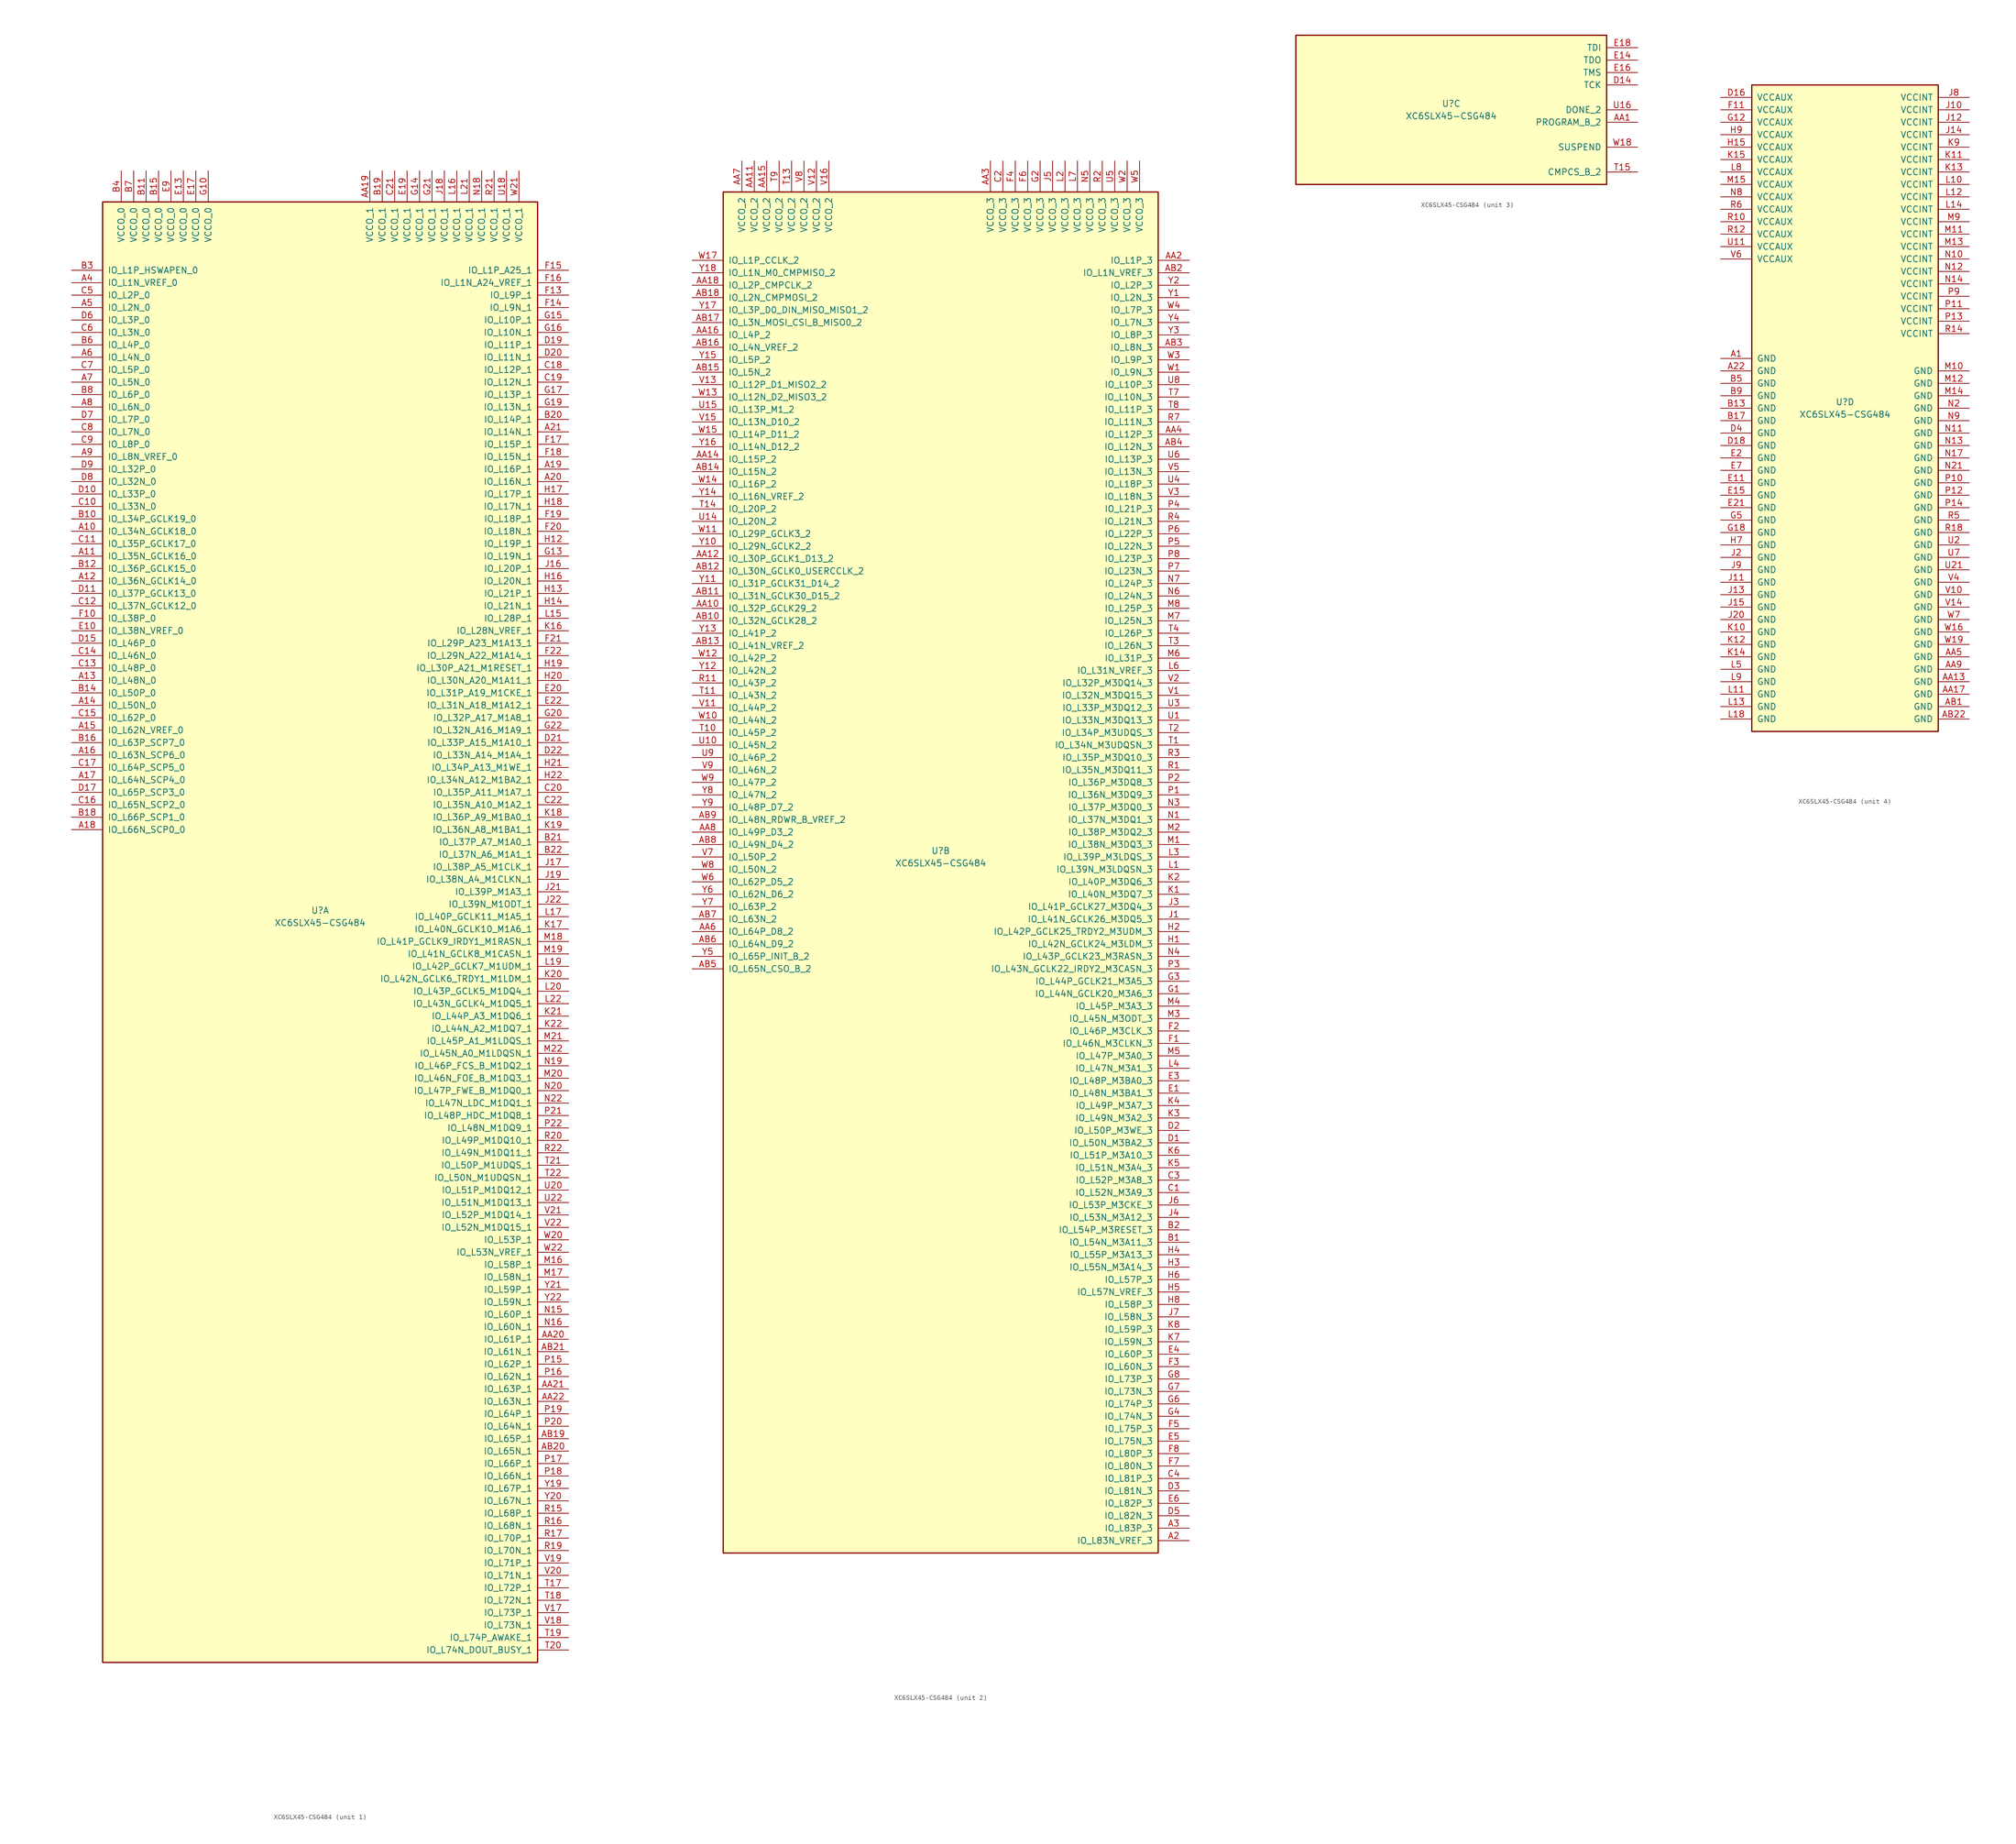
<source format=kicad_sym>
(kicad_symbol_lib
  (version 20201005)
  (generator kicad_symbol_editor)
  (symbol "XC6SLX45-CSG484"
    (pin_names
      (offset 1.016))
    (property "Reference" "U"
      (at 0 1.27 0)
      (effects (font (size 1.27 1.27))))
    (property "Value" "XC6SLX45-CSG484"
      (at 0 -1.27 0)
      (effects (font (size 1.27 1.27))))
    (property "Datasheet" ""
      (at 0 0 0)
      (effects (font (size 1.27 1.27))))
    (property "ki_locked" ""
      (at 0 0 0)
      (effects (font (size 1.27 1.27))))
    (symbol "XC6SLX45-CSG484_1_1"
      (rectangle (start -44.45 146.05) (end 44.45 -152.4) (stroke (width 0.254)) (fill (type background)))
      (pin power_in line (at -40.64 152.4 270) (length 6.35) (name "VCCO_0" (effects (font (size 1.27 1.27)))) (number "B4" (effects (font (size 1.27 1.27)))))
      (pin power_in line (at -38.1 152.4 270) (length 6.35) (name "VCCO_0" (effects (font (size 1.27 1.27)))) (number "B7" (effects (font (size 1.27 1.27)))))
      (pin power_in line (at -35.56 152.4 270) (length 6.35) (name "VCCO_0" (effects (font (size 1.27 1.27)))) (number "B11" (effects (font (size 1.27 1.27)))))
      (pin power_in line (at -33.02 152.4 270) (length 6.35) (name "VCCO_0" (effects (font (size 1.27 1.27)))) (number "B15" (effects (font (size 1.27 1.27)))))
      (pin power_in line (at -30.48 152.4 270) (length 6.35) (name "VCCO_0" (effects (font (size 1.27 1.27)))) (number "E9" (effects (font (size 1.27 1.27)))))
      (pin power_in line (at -27.94 152.4 270) (length 6.35) (name "VCCO_0" (effects (font (size 1.27 1.27)))) (number "E13" (effects (font (size 1.27 1.27)))))
      (pin power_in line (at -25.4 152.4 270) (length 6.35) (name "VCCO_0" (effects (font (size 1.27 1.27)))) (number "E17" (effects (font (size 1.27 1.27)))))
      (pin power_in line (at -22.86 152.4 270) (length 6.35) (name "VCCO_0" (effects (font (size 1.27 1.27)))) (number "G10" (effects (font (size 1.27 1.27)))))
      (pin bidirectional line (at -50.8 132.08 0) (length 6.35) (name "IO_L1P_HSWAPEN_0" (effects (font (size 1.27 1.27)))) (number "B3" (effects (font (size 1.27 1.27)))))
      (pin bidirectional line (at -50.8 129.54 0) (length 6.35) (name "IO_L1N_VREF_0" (effects (font (size 1.27 1.27)))) (number "A4" (effects (font (size 1.27 1.27)))))
      (pin bidirectional line (at -50.8 127 0) (length 6.35) (name "IO_L2P_0" (effects (font (size 1.27 1.27)))) (number "C5" (effects (font (size 1.27 1.27)))))
      (pin bidirectional line (at -50.8 124.46 0) (length 6.35) (name "IO_L2N_0" (effects (font (size 1.27 1.27)))) (number "A5" (effects (font (size 1.27 1.27)))))
      (pin bidirectional line (at -50.8 121.92 0) (length 6.35) (name "IO_L3P_0" (effects (font (size 1.27 1.27)))) (number "D6" (effects (font (size 1.27 1.27)))))
      (pin bidirectional line (at -50.8 119.38 0) (length 6.35) (name "IO_L3N_0" (effects (font (size 1.27 1.27)))) (number "C6" (effects (font (size 1.27 1.27)))))
      (pin bidirectional line (at -50.8 116.84 0) (length 6.35) (name "IO_L4P_0" (effects (font (size 1.27 1.27)))) (number "B6" (effects (font (size 1.27 1.27)))))
      (pin bidirectional line (at -50.8 114.3 0) (length 6.35) (name "IO_L4N_0" (effects (font (size 1.27 1.27)))) (number "A6" (effects (font (size 1.27 1.27)))))
      (pin bidirectional line (at -50.8 111.76 0) (length 6.35) (name "IO_L5P_0" (effects (font (size 1.27 1.27)))) (number "C7" (effects (font (size 1.27 1.27)))))
      (pin bidirectional line (at -50.8 109.22 0) (length 6.35) (name "IO_L5N_0" (effects (font (size 1.27 1.27)))) (number "A7" (effects (font (size 1.27 1.27)))))
      (pin bidirectional line (at -50.8 106.68 0) (length 6.35) (name "IO_L6P_0" (effects (font (size 1.27 1.27)))) (number "B8" (effects (font (size 1.27 1.27)))))
      (pin bidirectional line (at -50.8 104.14 0) (length 6.35) (name "IO_L6N_0" (effects (font (size 1.27 1.27)))) (number "A8" (effects (font (size 1.27 1.27)))))
      (pin bidirectional line (at -50.8 101.6 0) (length 6.35) (name "IO_L7P_0" (effects (font (size 1.27 1.27)))) (number "D7" (effects (font (size 1.27 1.27)))))
      (pin bidirectional line (at -50.8 99.06 0) (length 6.35) (name "IO_L7N_0" (effects (font (size 1.27 1.27)))) (number "C8" (effects (font (size 1.27 1.27)))))
      (pin bidirectional line (at -50.8 96.52 0) (length 6.35) (name "IO_L8P_0" (effects (font (size 1.27 1.27)))) (number "C9" (effects (font (size 1.27 1.27)))))
      (pin bidirectional line (at -50.8 93.98 0) (length 6.35) (name "IO_L8N_VREF_0" (effects (font (size 1.27 1.27)))) (number "A9" (effects (font (size 1.27 1.27)))))
      (pin bidirectional line (at -50.8 91.44 0) (length 6.35) (name "IO_L32P_0" (effects (font (size 1.27 1.27)))) (number "D9" (effects (font (size 1.27 1.27)))))
      (pin bidirectional line (at -50.8 88.9 0) (length 6.35) (name "IO_L32N_0" (effects (font (size 1.27 1.27)))) (number "D8" (effects (font (size 1.27 1.27)))))
      (pin bidirectional line (at -50.8 86.36 0) (length 6.35) (name "IO_L33P_0" (effects (font (size 1.27 1.27)))) (number "D10" (effects (font (size 1.27 1.27)))))
      (pin bidirectional line (at -50.8 83.82 0) (length 6.35) (name "IO_L33N_0" (effects (font (size 1.27 1.27)))) (number "C10" (effects (font (size 1.27 1.27)))))
      (pin bidirectional line (at -50.8 81.28 0) (length 6.35) (name "IO_L34P_GCLK19_0" (effects (font (size 1.27 1.27)))) (number "B10" (effects (font (size 1.27 1.27)))))
      (pin bidirectional line (at -50.8 78.74 0) (length 6.35) (name "IO_L34N_GCLK18_0" (effects (font (size 1.27 1.27)))) (number "A10" (effects (font (size 1.27 1.27)))))
      (pin bidirectional line (at -50.8 76.2 0) (length 6.35) (name "IO_L35P_GCLK17_0" (effects (font (size 1.27 1.27)))) (number "C11" (effects (font (size 1.27 1.27)))))
      (pin bidirectional line (at -50.8 73.66 0) (length 6.35) (name "IO_L35N_GCLK16_0" (effects (font (size 1.27 1.27)))) (number "A11" (effects (font (size 1.27 1.27)))))
      (pin bidirectional line (at -50.8 71.12 0) (length 6.35) (name "IO_L36P_GCLK15_0" (effects (font (size 1.27 1.27)))) (number "B12" (effects (font (size 1.27 1.27)))))
      (pin bidirectional line (at -50.8 68.58 0) (length 6.35) (name "IO_L36N_GCLK14_0" (effects (font (size 1.27 1.27)))) (number "A12" (effects (font (size 1.27 1.27)))))
      (pin bidirectional line (at -50.8 66.04 0) (length 6.35) (name "IO_L37P_GCLK13_0" (effects (font (size 1.27 1.27)))) (number "D11" (effects (font (size 1.27 1.27)))))
      (pin bidirectional line (at -50.8 63.5 0) (length 6.35) (name "IO_L37N_GCLK12_0" (effects (font (size 1.27 1.27)))) (number "C12" (effects (font (size 1.27 1.27)))))
      (pin bidirectional line (at -50.8 60.96 0) (length 6.35) (name "IO_L38P_0" (effects (font (size 1.27 1.27)))) (number "F10" (effects (font (size 1.27 1.27)))))
      (pin bidirectional line (at -50.8 58.42 0) (length 6.35) (name "IO_L38N_VREF_0" (effects (font (size 1.27 1.27)))) (number "E10" (effects (font (size 1.27 1.27)))))
      (pin bidirectional line (at -50.8 55.88 0) (length 6.35) (name "IO_L46P_0" (effects (font (size 1.27 1.27)))) (number "D15" (effects (font (size 1.27 1.27)))))
      (pin bidirectional line (at -50.8 53.34 0) (length 6.35) (name "IO_L46N_0" (effects (font (size 1.27 1.27)))) (number "C14" (effects (font (size 1.27 1.27)))))
      (pin bidirectional line (at -50.8 50.8 0) (length 6.35) (name "IO_L48P_0" (effects (font (size 1.27 1.27)))) (number "C13" (effects (font (size 1.27 1.27)))))
      (pin bidirectional line (at -50.8 48.26 0) (length 6.35) (name "IO_L48N_0" (effects (font (size 1.27 1.27)))) (number "A13" (effects (font (size 1.27 1.27)))))
      (pin bidirectional line (at -50.8 45.72 0) (length 6.35) (name "IO_L50P_0" (effects (font (size 1.27 1.27)))) (number "B14" (effects (font (size 1.27 1.27)))))
      (pin bidirectional line (at -50.8 43.18 0) (length 6.35) (name "IO_L50N_0" (effects (font (size 1.27 1.27)))) (number "A14" (effects (font (size 1.27 1.27)))))
      (pin bidirectional line (at -50.8 40.64 0) (length 6.35) (name "IO_L62P_0" (effects (font (size 1.27 1.27)))) (number "C15" (effects (font (size 1.27 1.27)))))
      (pin bidirectional line (at -50.8 38.1 0) (length 6.35) (name "IO_L62N_VREF_0" (effects (font (size 1.27 1.27)))) (number "A15" (effects (font (size 1.27 1.27)))))
      (pin bidirectional line (at -50.8 35.56 0) (length 6.35) (name "IO_L63P_SCP7_0" (effects (font (size 1.27 1.27)))) (number "B16" (effects (font (size 1.27 1.27)))))
      (pin bidirectional line (at -50.8 33.02 0) (length 6.35) (name "IO_L63N_SCP6_0" (effects (font (size 1.27 1.27)))) (number "A16" (effects (font (size 1.27 1.27)))))
      (pin bidirectional line (at -50.8 30.48 0) (length 6.35) (name "IO_L64P_SCP5_0" (effects (font (size 1.27 1.27)))) (number "C17" (effects (font (size 1.27 1.27)))))
      (pin bidirectional line (at -50.8 27.94 0) (length 6.35) (name "IO_L64N_SCP4_0" (effects (font (size 1.27 1.27)))) (number "A17" (effects (font (size 1.27 1.27)))))
      (pin bidirectional line (at -50.8 25.4 0) (length 6.35) (name "IO_L65P_SCP3_0" (effects (font (size 1.27 1.27)))) (number "D17" (effects (font (size 1.27 1.27)))))
      (pin bidirectional line (at -50.8 22.86 0) (length 6.35) (name "IO_L65N_SCP2_0" (effects (font (size 1.27 1.27)))) (number "C16" (effects (font (size 1.27 1.27)))))
      (pin bidirectional line (at -50.8 20.32 0) (length 6.35) (name "IO_L66P_SCP1_0" (effects (font (size 1.27 1.27)))) (number "B18" (effects (font (size 1.27 1.27)))))
      (pin bidirectional line (at -50.8 17.78 0) (length 6.35) (name "IO_L66N_SCP0_0" (effects (font (size 1.27 1.27)))) (number "A18" (effects (font (size 1.27 1.27)))))
      (pin power_in line (at 10.16 152.4 270) (length 6.35) (name "VCCO_1" (effects (font (size 1.27 1.27)))) (number "AA19" (effects (font (size 1.27 1.27)))))
      (pin power_in line (at 12.7 152.4 270) (length 6.35) (name "VCCO_1" (effects (font (size 1.27 1.27)))) (number "B19" (effects (font (size 1.27 1.27)))))
      (pin power_in line (at 15.24 152.4 270) (length 6.35) (name "VCCO_1" (effects (font (size 1.27 1.27)))) (number "C21" (effects (font (size 1.27 1.27)))))
      (pin power_in line (at 17.78 152.4 270) (length 6.35) (name "VCCO_1" (effects (font (size 1.27 1.27)))) (number "E19" (effects (font (size 1.27 1.27)))))
      (pin power_in line (at 20.32 152.4 270) (length 6.35) (name "VCCO_1" (effects (font (size 1.27 1.27)))) (number "G14" (effects (font (size 1.27 1.27)))))
      (pin power_in line (at 22.86 152.4 270) (length 6.35) (name "VCCO_1" (effects (font (size 1.27 1.27)))) (number "G21" (effects (font (size 1.27 1.27)))))
      (pin power_in line (at 25.4 152.4 270) (length 6.35) (name "VCCO_1" (effects (font (size 1.27 1.27)))) (number "J18" (effects (font (size 1.27 1.27)))))
      (pin power_in line (at 27.94 152.4 270) (length 6.35) (name "VCCO_1" (effects (font (size 1.27 1.27)))) (number "L16" (effects (font (size 1.27 1.27)))))
      (pin power_in line (at 30.48 152.4 270) (length 6.35) (name "VCCO_1" (effects (font (size 1.27 1.27)))) (number "L21" (effects (font (size 1.27 1.27)))))
      (pin power_in line (at 33.02 152.4 270) (length 6.35) (name "VCCO_1" (effects (font (size 1.27 1.27)))) (number "N18" (effects (font (size 1.27 1.27)))))
      (pin power_in line (at 35.56 152.4 270) (length 6.35) (name "VCCO_1" (effects (font (size 1.27 1.27)))) (number "R21" (effects (font (size 1.27 1.27)))))
      (pin power_in line (at 38.1 152.4 270) (length 6.35) (name "VCCO_1" (effects (font (size 1.27 1.27)))) (number "U18" (effects (font (size 1.27 1.27)))))
      (pin power_in line (at 40.64 152.4 270) (length 6.35) (name "VCCO_1" (effects (font (size 1.27 1.27)))) (number "W21" (effects (font (size 1.27 1.27)))))
      (pin bidirectional line (at 50.8 132.08 180) (length 6.35) (name "IO_L1P_A25_1" (effects (font (size 1.27 1.27)))) (number "F15" (effects (font (size 1.27 1.27)))))
      (pin bidirectional line (at 50.8 129.54 180) (length 6.35) (name "IO_L1N_A24_VREF_1" (effects (font (size 1.27 1.27)))) (number "F16" (effects (font (size 1.27 1.27)))))
      (pin bidirectional line (at 50.8 127 180) (length 6.35) (name "IO_L9P_1" (effects (font (size 1.27 1.27)))) (number "F13" (effects (font (size 1.27 1.27)))))
      (pin bidirectional line (at 50.8 124.46 180) (length 6.35) (name "IO_L9N_1" (effects (font (size 1.27 1.27)))) (number "F14" (effects (font (size 1.27 1.27)))))
      (pin bidirectional line (at 50.8 121.92 180) (length 6.35) (name "IO_L10P_1" (effects (font (size 1.27 1.27)))) (number "G15" (effects (font (size 1.27 1.27)))))
      (pin bidirectional line (at 50.8 119.38 180) (length 6.35) (name "IO_L10N_1" (effects (font (size 1.27 1.27)))) (number "G16" (effects (font (size 1.27 1.27)))))
      (pin bidirectional line (at 50.8 116.84 180) (length 6.35) (name "IO_L11P_1" (effects (font (size 1.27 1.27)))) (number "D19" (effects (font (size 1.27 1.27)))))
      (pin bidirectional line (at 50.8 114.3 180) (length 6.35) (name "IO_L11N_1" (effects (font (size 1.27 1.27)))) (number "D20" (effects (font (size 1.27 1.27)))))
      (pin bidirectional line (at 50.8 111.76 180) (length 6.35) (name "IO_L12P_1" (effects (font (size 1.27 1.27)))) (number "C18" (effects (font (size 1.27 1.27)))))
      (pin bidirectional line (at 50.8 109.22 180) (length 6.35) (name "IO_L12N_1" (effects (font (size 1.27 1.27)))) (number "C19" (effects (font (size 1.27 1.27)))))
      (pin bidirectional line (at 50.8 106.68 180) (length 6.35) (name "IO_L13P_1" (effects (font (size 1.27 1.27)))) (number "G17" (effects (font (size 1.27 1.27)))))
      (pin bidirectional line (at 50.8 104.14 180) (length 6.35) (name "IO_L13N_1" (effects (font (size 1.27 1.27)))) (number "G19" (effects (font (size 1.27 1.27)))))
      (pin bidirectional line (at 50.8 101.6 180) (length 6.35) (name "IO_L14P_1" (effects (font (size 1.27 1.27)))) (number "B20" (effects (font (size 1.27 1.27)))))
      (pin bidirectional line (at 50.8 99.06 180) (length 6.35) (name "IO_L14N_1" (effects (font (size 1.27 1.27)))) (number "A21" (effects (font (size 1.27 1.27)))))
      (pin bidirectional line (at 50.8 96.52 180) (length 6.35) (name "IO_L15P_1" (effects (font (size 1.27 1.27)))) (number "F17" (effects (font (size 1.27 1.27)))))
      (pin bidirectional line (at 50.8 93.98 180) (length 6.35) (name "IO_L15N_1" (effects (font (size 1.27 1.27)))) (number "F18" (effects (font (size 1.27 1.27)))))
      (pin bidirectional line (at 50.8 91.44 180) (length 6.35) (name "IO_L16P_1" (effects (font (size 1.27 1.27)))) (number "A19" (effects (font (size 1.27 1.27)))))
      (pin bidirectional line (at 50.8 88.9 180) (length 6.35) (name "IO_L16N_1" (effects (font (size 1.27 1.27)))) (number "A20" (effects (font (size 1.27 1.27)))))
      (pin bidirectional line (at 50.8 86.36 180) (length 6.35) (name "IO_L17P_1" (effects (font (size 1.27 1.27)))) (number "H17" (effects (font (size 1.27 1.27)))))
      (pin bidirectional line (at 50.8 83.82 180) (length 6.35) (name "IO_L17N_1" (effects (font (size 1.27 1.27)))) (number "H18" (effects (font (size 1.27 1.27)))))
      (pin bidirectional line (at 50.8 81.28 180) (length 6.35) (name "IO_L18P_1" (effects (font (size 1.27 1.27)))) (number "F19" (effects (font (size 1.27 1.27)))))
      (pin bidirectional line (at 50.8 78.74 180) (length 6.35) (name "IO_L18N_1" (effects (font (size 1.27 1.27)))) (number "F20" (effects (font (size 1.27 1.27)))))
      (pin bidirectional line (at 50.8 76.2 180) (length 6.35) (name "IO_L19P_1" (effects (font (size 1.27 1.27)))) (number "H12" (effects (font (size 1.27 1.27)))))
      (pin bidirectional line (at 50.8 73.66 180) (length 6.35) (name "IO_L19N_1" (effects (font (size 1.27 1.27)))) (number "G13" (effects (font (size 1.27 1.27)))))
      (pin bidirectional line (at 50.8 71.12 180) (length 6.35) (name "IO_L20P_1" (effects (font (size 1.27 1.27)))) (number "J16" (effects (font (size 1.27 1.27)))))
      (pin bidirectional line (at 50.8 68.58 180) (length 6.35) (name "IO_L20N_1" (effects (font (size 1.27 1.27)))) (number "H16" (effects (font (size 1.27 1.27)))))
      (pin bidirectional line (at 50.8 66.04 180) (length 6.35) (name "IO_L21P_1" (effects (font (size 1.27 1.27)))) (number "H13" (effects (font (size 1.27 1.27)))))
      (pin bidirectional line (at 50.8 63.5 180) (length 6.35) (name "IO_L21N_1" (effects (font (size 1.27 1.27)))) (number "H14" (effects (font (size 1.27 1.27)))))
      (pin bidirectional line (at 50.8 60.96 180) (length 6.35) (name "IO_L28P_1" (effects (font (size 1.27 1.27)))) (number "L15" (effects (font (size 1.27 1.27)))))
      (pin bidirectional line (at 50.8 58.42 180) (length 6.35) (name "IO_L28N_VREF_1" (effects (font (size 1.27 1.27)))) (number "K16" (effects (font (size 1.27 1.27)))))
      (pin bidirectional line (at 50.8 55.88 180) (length 6.35) (name "IO_L29P_A23_M1A13_1" (effects (font (size 1.27 1.27)))) (number "F21" (effects (font (size 1.27 1.27)))))
      (pin bidirectional line (at 50.8 53.34 180) (length 6.35) (name "IO_L29N_A22_M1A14_1" (effects (font (size 1.27 1.27)))) (number "F22" (effects (font (size 1.27 1.27)))))
      (pin bidirectional line (at 50.8 50.8 180) (length 6.35) (name "IO_L30P_A21_M1RESET_1" (effects (font (size 1.27 1.27)))) (number "H19" (effects (font (size 1.27 1.27)))))
      (pin bidirectional line (at 50.8 48.26 180) (length 6.35) (name "IO_L30N_A20_M1A11_1" (effects (font (size 1.27 1.27)))) (number "H20" (effects (font (size 1.27 1.27)))))
      (pin bidirectional line (at 50.8 45.72 180) (length 6.35) (name "IO_L31P_A19_M1CKE_1" (effects (font (size 1.27 1.27)))) (number "E20" (effects (font (size 1.27 1.27)))))
      (pin bidirectional line (at 50.8 43.18 180) (length 6.35) (name "IO_L31N_A18_M1A12_1" (effects (font (size 1.27 1.27)))) (number "E22" (effects (font (size 1.27 1.27)))))
      (pin bidirectional line (at 50.8 40.64 180) (length 6.35) (name "IO_L32P_A17_M1A8_1" (effects (font (size 1.27 1.27)))) (number "G20" (effects (font (size 1.27 1.27)))))
      (pin bidirectional line (at 50.8 38.1 180) (length 6.35) (name "IO_L32N_A16_M1A9_1" (effects (font (size 1.27 1.27)))) (number "G22" (effects (font (size 1.27 1.27)))))
      (pin bidirectional line (at 50.8 35.56 180) (length 6.35) (name "IO_L33P_A15_M1A10_1" (effects (font (size 1.27 1.27)))) (number "D21" (effects (font (size 1.27 1.27)))))
      (pin bidirectional line (at 50.8 33.02 180) (length 6.35) (name "IO_L33N_A14_M1A4_1" (effects (font (size 1.27 1.27)))) (number "D22" (effects (font (size 1.27 1.27)))))
      (pin bidirectional line (at 50.8 30.48 180) (length 6.35) (name "IO_L34P_A13_M1WE_1" (effects (font (size 1.27 1.27)))) (number "H21" (effects (font (size 1.27 1.27)))))
      (pin bidirectional line (at 50.8 27.94 180) (length 6.35) (name "IO_L34N_A12_M1BA2_1" (effects (font (size 1.27 1.27)))) (number "H22" (effects (font (size 1.27 1.27)))))
      (pin bidirectional line (at 50.8 25.4 180) (length 6.35) (name "IO_L35P_A11_M1A7_1" (effects (font (size 1.27 1.27)))) (number "C20" (effects (font (size 1.27 1.27)))))
      (pin bidirectional line (at 50.8 22.86 180) (length 6.35) (name "IO_L35N_A10_M1A2_1" (effects (font (size 1.27 1.27)))) (number "C22" (effects (font (size 1.27 1.27)))))
      (pin bidirectional line (at 50.8 20.32 180) (length 6.35) (name "IO_L36P_A9_M1BA0_1" (effects (font (size 1.27 1.27)))) (number "K18" (effects (font (size 1.27 1.27)))))
      (pin bidirectional line (at 50.8 17.78 180) (length 6.35) (name "IO_L36N_A8_M1BA1_1" (effects (font (size 1.27 1.27)))) (number "K19" (effects (font (size 1.27 1.27)))))
      (pin bidirectional line (at 50.8 15.24 180) (length 6.35) (name "IO_L37P_A7_M1A0_1" (effects (font (size 1.27 1.27)))) (number "B21" (effects (font (size 1.27 1.27)))))
      (pin bidirectional line (at 50.8 12.7 180) (length 6.35) (name "IO_L37N_A6_M1A1_1" (effects (font (size 1.27 1.27)))) (number "B22" (effects (font (size 1.27 1.27)))))
      (pin bidirectional line (at 50.8 10.16 180) (length 6.35) (name "IO_L38P_A5_M1CLK_1" (effects (font (size 1.27 1.27)))) (number "J17" (effects (font (size 1.27 1.27)))))
      (pin bidirectional line (at 50.8 7.62 180) (length 6.35) (name "IO_L38N_A4_M1CLKN_1" (effects (font (size 1.27 1.27)))) (number "J19" (effects (font (size 1.27 1.27)))))
      (pin bidirectional line (at 50.8 5.08 180) (length 6.35) (name "IO_L39P_M1A3_1" (effects (font (size 1.27 1.27)))) (number "J21" (effects (font (size 1.27 1.27)))))
      (pin bidirectional line (at 50.8 2.54 180) (length 6.35) (name "IO_L39N_M1ODT_1" (effects (font (size 1.27 1.27)))) (number "J22" (effects (font (size 1.27 1.27)))))
      (pin bidirectional line (at 50.8 0 180) (length 6.35) (name "IO_L40P_GCLK11_M1A5_1" (effects (font (size 1.27 1.27)))) (number "L17" (effects (font (size 1.27 1.27)))))
      (pin bidirectional line (at 50.8 -2.54 180) (length 6.35) (name "IO_L40N_GCLK10_M1A6_1" (effects (font (size 1.27 1.27)))) (number "K17" (effects (font (size 1.27 1.27)))))
      (pin bidirectional line (at 50.8 -5.08 180) (length 6.35) (name "IO_L41P_GCLK9_IRDY1_M1RASN_1" (effects (font (size 1.27 1.27)))) (number "M18" (effects (font (size 1.27 1.27)))))
      (pin bidirectional line (at 50.8 -7.62 180) (length 6.35) (name "IO_L41N_GCLK8_M1CASN_1" (effects (font (size 1.27 1.27)))) (number "M19" (effects (font (size 1.27 1.27)))))
      (pin bidirectional line (at 50.8 -10.16 180) (length 6.35) (name "IO_L42P_GCLK7_M1UDM_1" (effects (font (size 1.27 1.27)))) (number "L19" (effects (font (size 1.27 1.27)))))
      (pin bidirectional line (at 50.8 -12.7 180) (length 6.35) (name "IO_L42N_GCLK6_TRDY1_M1LDM_1" (effects (font (size 1.27 1.27)))) (number "K20" (effects (font (size 1.27 1.27)))))
      (pin bidirectional line (at 50.8 -15.24 180) (length 6.35) (name "IO_L43P_GCLK5_M1DQ4_1" (effects (font (size 1.27 1.27)))) (number "L20" (effects (font (size 1.27 1.27)))))
      (pin bidirectional line (at 50.8 -17.78 180) (length 6.35) (name "IO_L43N_GCLK4_M1DQ5_1" (effects (font (size 1.27 1.27)))) (number "L22" (effects (font (size 1.27 1.27)))))
      (pin bidirectional line (at 50.8 -20.32 180) (length 6.35) (name "IO_L44P_A3_M1DQ6_1" (effects (font (size 1.27 1.27)))) (number "K21" (effects (font (size 1.27 1.27)))))
      (pin bidirectional line (at 50.8 -22.86 180) (length 6.35) (name "IO_L44N_A2_M1DQ7_1" (effects (font (size 1.27 1.27)))) (number "K22" (effects (font (size 1.27 1.27)))))
      (pin bidirectional line (at 50.8 -25.4 180) (length 6.35) (name "IO_L45P_A1_M1LDQS_1" (effects (font (size 1.27 1.27)))) (number "M21" (effects (font (size 1.27 1.27)))))
      (pin bidirectional line (at 50.8 -27.94 180) (length 6.35) (name "IO_L45N_A0_M1LDQSN_1" (effects (font (size 1.27 1.27)))) (number "M22" (effects (font (size 1.27 1.27)))))
      (pin bidirectional line (at 50.8 -30.48 180) (length 6.35) (name "IO_L46P_FCS_B_M1DQ2_1" (effects (font (size 1.27 1.27)))) (number "N19" (effects (font (size 1.27 1.27)))))
      (pin bidirectional line (at 50.8 -33.02 180) (length 6.35) (name "IO_L46N_FOE_B_M1DQ3_1" (effects (font (size 1.27 1.27)))) (number "M20" (effects (font (size 1.27 1.27)))))
      (pin bidirectional line (at 50.8 -35.56 180) (length 6.35) (name "IO_L47P_FWE_B_M1DQ0_1" (effects (font (size 1.27 1.27)))) (number "N20" (effects (font (size 1.27 1.27)))))
      (pin bidirectional line (at 50.8 -38.1 180) (length 6.35) (name "IO_L47N_LDC_M1DQ1_1" (effects (font (size 1.27 1.27)))) (number "N22" (effects (font (size 1.27 1.27)))))
      (pin bidirectional line (at 50.8 -40.64 180) (length 6.35) (name "IO_L48P_HDC_M1DQ8_1" (effects (font (size 1.27 1.27)))) (number "P21" (effects (font (size 1.27 1.27)))))
      (pin bidirectional line (at 50.8 -43.18 180) (length 6.35) (name "IO_L48N_M1DQ9_1" (effects (font (size 1.27 1.27)))) (number "P22" (effects (font (size 1.27 1.27)))))
      (pin bidirectional line (at 50.8 -45.72 180) (length 6.35) (name "IO_L49P_M1DQ10_1" (effects (font (size 1.27 1.27)))) (number "R20" (effects (font (size 1.27 1.27)))))
      (pin bidirectional line (at 50.8 -48.26 180) (length 6.35) (name "IO_L49N_M1DQ11_1" (effects (font (size 1.27 1.27)))) (number "R22" (effects (font (size 1.27 1.27)))))
      (pin bidirectional line (at 50.8 -50.8 180) (length 6.35) (name "IO_L50P_M1UDQS_1" (effects (font (size 1.27 1.27)))) (number "T21" (effects (font (size 1.27 1.27)))))
      (pin bidirectional line (at 50.8 -53.34 180) (length 6.35) (name "IO_L50N_M1UDQSN_1" (effects (font (size 1.27 1.27)))) (number "T22" (effects (font (size 1.27 1.27)))))
      (pin bidirectional line (at 50.8 -55.88 180) (length 6.35) (name "IO_L51P_M1DQ12_1" (effects (font (size 1.27 1.27)))) (number "U20" (effects (font (size 1.27 1.27)))))
      (pin bidirectional line (at 50.8 -58.42 180) (length 6.35) (name "IO_L51N_M1DQ13_1" (effects (font (size 1.27 1.27)))) (number "U22" (effects (font (size 1.27 1.27)))))
      (pin bidirectional line (at 50.8 -60.96 180) (length 6.35) (name "IO_L52P_M1DQ14_1" (effects (font (size 1.27 1.27)))) (number "V21" (effects (font (size 1.27 1.27)))))
      (pin bidirectional line (at 50.8 -63.5 180) (length 6.35) (name "IO_L52N_M1DQ15_1" (effects (font (size 1.27 1.27)))) (number "V22" (effects (font (size 1.27 1.27)))))
      (pin bidirectional line (at 50.8 -66.04 180) (length 6.35) (name "IO_L53P_1" (effects (font (size 1.27 1.27)))) (number "W20" (effects (font (size 1.27 1.27)))))
      (pin bidirectional line (at 50.8 -68.58 180) (length 6.35) (name "IO_L53N_VREF_1" (effects (font (size 1.27 1.27)))) (number "W22" (effects (font (size 1.27 1.27)))))
      (pin bidirectional line (at 50.8 -71.12 180) (length 6.35) (name "IO_L58P_1" (effects (font (size 1.27 1.27)))) (number "M16" (effects (font (size 1.27 1.27)))))
      (pin bidirectional line (at 50.8 -73.66 180) (length 6.35) (name "IO_L58N_1" (effects (font (size 1.27 1.27)))) (number "M17" (effects (font (size 1.27 1.27)))))
      (pin bidirectional line (at 50.8 -76.2 180) (length 6.35) (name "IO_L59P_1" (effects (font (size 1.27 1.27)))) (number "Y21" (effects (font (size 1.27 1.27)))))
      (pin bidirectional line (at 50.8 -78.74 180) (length 6.35) (name "IO_L59N_1" (effects (font (size 1.27 1.27)))) (number "Y22" (effects (font (size 1.27 1.27)))))
      (pin bidirectional line (at 50.8 -81.28 180) (length 6.35) (name "IO_L60P_1" (effects (font (size 1.27 1.27)))) (number "N15" (effects (font (size 1.27 1.27)))))
      (pin bidirectional line (at 50.8 -83.82 180) (length 6.35) (name "IO_L60N_1" (effects (font (size 1.27 1.27)))) (number "N16" (effects (font (size 1.27 1.27)))))
      (pin bidirectional line (at 50.8 -86.36 180) (length 6.35) (name "IO_L61P_1" (effects (font (size 1.27 1.27)))) (number "AA20" (effects (font (size 1.27 1.27)))))
      (pin bidirectional line (at 50.8 -88.9 180) (length 6.35) (name "IO_L61N_1" (effects (font (size 1.27 1.27)))) (number "AB21" (effects (font (size 1.27 1.27)))))
      (pin bidirectional line (at 50.8 -91.44 180) (length 6.35) (name "IO_L62P_1" (effects (font (size 1.27 1.27)))) (number "P15" (effects (font (size 1.27 1.27)))))
      (pin bidirectional line (at 50.8 -93.98 180) (length 6.35) (name "IO_L62N_1" (effects (font (size 1.27 1.27)))) (number "P16" (effects (font (size 1.27 1.27)))))
      (pin bidirectional line (at 50.8 -96.52 180) (length 6.35) (name "IO_L63P_1" (effects (font (size 1.27 1.27)))) (number "AA21" (effects (font (size 1.27 1.27)))))
      (pin bidirectional line (at 50.8 -99.06 180) (length 6.35) (name "IO_L63N_1" (effects (font (size 1.27 1.27)))) (number "AA22" (effects (font (size 1.27 1.27)))))
      (pin bidirectional line (at 50.8 -101.6 180) (length 6.35) (name "IO_L64P_1" (effects (font (size 1.27 1.27)))) (number "P19" (effects (font (size 1.27 1.27)))))
      (pin bidirectional line (at 50.8 -104.14 180) (length 6.35) (name "IO_L64N_1" (effects (font (size 1.27 1.27)))) (number "P20" (effects (font (size 1.27 1.27)))))
      (pin bidirectional line (at 50.8 -106.68 180) (length 6.35) (name "IO_L65P_1" (effects (font (size 1.27 1.27)))) (number "AB19" (effects (font (size 1.27 1.27)))))
      (pin bidirectional line (at 50.8 -109.22 180) (length 6.35) (name "IO_L65N_1" (effects (font (size 1.27 1.27)))) (number "AB20" (effects (font (size 1.27 1.27)))))
      (pin bidirectional line (at 50.8 -111.76 180) (length 6.35) (name "IO_L66P_1" (effects (font (size 1.27 1.27)))) (number "P17" (effects (font (size 1.27 1.27)))))
      (pin bidirectional line (at 50.8 -114.3 180) (length 6.35) (name "IO_L66N_1" (effects (font (size 1.27 1.27)))) (number "P18" (effects (font (size 1.27 1.27)))))
      (pin bidirectional line (at 50.8 -116.84 180) (length 6.35) (name "IO_L67P_1" (effects (font (size 1.27 1.27)))) (number "Y19" (effects (font (size 1.27 1.27)))))
      (pin bidirectional line (at 50.8 -119.38 180) (length 6.35) (name "IO_L67N_1" (effects (font (size 1.27 1.27)))) (number "Y20" (effects (font (size 1.27 1.27)))))
      (pin bidirectional line (at 50.8 -121.92 180) (length 6.35) (name "IO_L68P_1" (effects (font (size 1.27 1.27)))) (number "R15" (effects (font (size 1.27 1.27)))))
      (pin bidirectional line (at 50.8 -124.46 180) (length 6.35) (name "IO_L68N_1" (effects (font (size 1.27 1.27)))) (number "R16" (effects (font (size 1.27 1.27)))))
      (pin bidirectional line (at 50.8 -127 180) (length 6.35) (name "IO_L70P_1" (effects (font (size 1.27 1.27)))) (number "R17" (effects (font (size 1.27 1.27)))))
      (pin bidirectional line (at 50.8 -129.54 180) (length 6.35) (name "IO_L70N_1" (effects (font (size 1.27 1.27)))) (number "R19" (effects (font (size 1.27 1.27)))))
      (pin bidirectional line (at 50.8 -132.08 180) (length 6.35) (name "IO_L71P_1" (effects (font (size 1.27 1.27)))) (number "V19" (effects (font (size 1.27 1.27)))))
      (pin bidirectional line (at 50.8 -134.62 180) (length 6.35) (name "IO_L71N_1" (effects (font (size 1.27 1.27)))) (number "V20" (effects (font (size 1.27 1.27)))))
      (pin bidirectional line (at 50.8 -137.16 180) (length 6.35) (name "IO_L72P_1" (effects (font (size 1.27 1.27)))) (number "T17" (effects (font (size 1.27 1.27)))))
      (pin bidirectional line (at 50.8 -139.7 180) (length 6.35) (name "IO_L72N_1" (effects (font (size 1.27 1.27)))) (number "T18" (effects (font (size 1.27 1.27)))))
      (pin bidirectional line (at 50.8 -142.24 180) (length 6.35) (name "IO_L73P_1" (effects (font (size 1.27 1.27)))) (number "V17" (effects (font (size 1.27 1.27)))))
      (pin bidirectional line (at 50.8 -144.78 180) (length 6.35) (name "IO_L73N_1" (effects (font (size 1.27 1.27)))) (number "V18" (effects (font (size 1.27 1.27)))))
      (pin bidirectional line (at 50.8 -147.32 180) (length 6.35) (name "IO_L74P_AWAKE_1" (effects (font (size 1.27 1.27)))) (number "T19" (effects (font (size 1.27 1.27)))))
      (pin bidirectional line (at 50.8 -149.86 180) (length 6.35) (name "IO_L74N_DOUT_BUSY_1" (effects (font (size 1.27 1.27)))) (number "T20" (effects (font (size 1.27 1.27))))))
    (symbol "XC6SLX45-CSG484_2_1"
      (rectangle (start -44.45 135.89) (end 44.45 -142.24) (stroke (width 0.254)) (fill (type background)))
      (pin power_in line (at -40.64 142.24 270) (length 6.35) (name "VCCO_2" (effects (font (size 1.27 1.27)))) (number "AA7" (effects (font (size 1.27 1.27)))))
      (pin power_in line (at -38.1 142.24 270) (length 6.35) (name "VCCO_2" (effects (font (size 1.27 1.27)))) (number "AA11" (effects (font (size 1.27 1.27)))))
      (pin power_in line (at -35.56 142.24 270) (length 6.35) (name "VCCO_2" (effects (font (size 1.27 1.27)))) (number "AA15" (effects (font (size 1.27 1.27)))))
      (pin power_in line (at -33.02 142.24 270) (length 6.35) (name "VCCO_2" (effects (font (size 1.27 1.27)))) (number "T9" (effects (font (size 1.27 1.27)))))
      (pin power_in line (at -30.48 142.24 270) (length 6.35) (name "VCCO_2" (effects (font (size 1.27 1.27)))) (number "T13" (effects (font (size 1.27 1.27)))))
      (pin power_in line (at -27.94 142.24 270) (length 6.35) (name "VCCO_2" (effects (font (size 1.27 1.27)))) (number "V8" (effects (font (size 1.27 1.27)))))
      (pin power_in line (at -25.4 142.24 270) (length 6.35) (name "VCCO_2" (effects (font (size 1.27 1.27)))) (number "V12" (effects (font (size 1.27 1.27)))))
      (pin power_in line (at -22.86 142.24 270) (length 6.35) (name "VCCO_2" (effects (font (size 1.27 1.27)))) (number "V16" (effects (font (size 1.27 1.27)))))
      (pin bidirectional line (at -50.8 121.92 0) (length 6.35) (name "IO_L1P_CCLK_2" (effects (font (size 1.27 1.27)))) (number "W17" (effects (font (size 1.27 1.27)))))
      (pin bidirectional line (at -50.8 119.38 0) (length 6.35) (name "IO_L1N_M0_CMPMISO_2" (effects (font (size 1.27 1.27)))) (number "Y18" (effects (font (size 1.27 1.27)))))
      (pin bidirectional line (at -50.8 116.84 0) (length 6.35) (name "IO_L2P_CMPCLK_2" (effects (font (size 1.27 1.27)))) (number "AA18" (effects (font (size 1.27 1.27)))))
      (pin bidirectional line (at -50.8 114.3 0) (length 6.35) (name "IO_L2N_CMPMOSI_2" (effects (font (size 1.27 1.27)))) (number "AB18" (effects (font (size 1.27 1.27)))))
      (pin bidirectional line (at -50.8 111.76 0) (length 6.35) (name "IO_L3P_D0_DIN_MISO_MISO1_2" (effects (font (size 1.27 1.27)))) (number "Y17" (effects (font (size 1.27 1.27)))))
      (pin bidirectional line (at -50.8 109.22 0) (length 6.35) (name "IO_L3N_MOSI_CSI_B_MISO0_2" (effects (font (size 1.27 1.27)))) (number "AB17" (effects (font (size 1.27 1.27)))))
      (pin bidirectional line (at -50.8 106.68 0) (length 6.35) (name "IO_L4P_2" (effects (font (size 1.27 1.27)))) (number "AA16" (effects (font (size 1.27 1.27)))))
      (pin bidirectional line (at -50.8 104.14 0) (length 6.35) (name "IO_L4N_VREF_2" (effects (font (size 1.27 1.27)))) (number "AB16" (effects (font (size 1.27 1.27)))))
      (pin bidirectional line (at -50.8 101.6 0) (length 6.35) (name "IO_L5P_2" (effects (font (size 1.27 1.27)))) (number "Y15" (effects (font (size 1.27 1.27)))))
      (pin bidirectional line (at -50.8 99.06 0) (length 6.35) (name "IO_L5N_2" (effects (font (size 1.27 1.27)))) (number "AB15" (effects (font (size 1.27 1.27)))))
      (pin bidirectional line (at -50.8 96.52 0) (length 6.35) (name "IO_L12P_D1_MISO2_2" (effects (font (size 1.27 1.27)))) (number "V13" (effects (font (size 1.27 1.27)))))
      (pin bidirectional line (at -50.8 93.98 0) (length 6.35) (name "IO_L12N_D2_MISO3_2" (effects (font (size 1.27 1.27)))) (number "W13" (effects (font (size 1.27 1.27)))))
      (pin bidirectional line (at -50.8 91.44 0) (length 6.35) (name "IO_L13P_M1_2" (effects (font (size 1.27 1.27)))) (number "U15" (effects (font (size 1.27 1.27)))))
      (pin bidirectional line (at -50.8 88.9 0) (length 6.35) (name "IO_L13N_D10_2" (effects (font (size 1.27 1.27)))) (number "V15" (effects (font (size 1.27 1.27)))))
      (pin bidirectional line (at -50.8 86.36 0) (length 6.35) (name "IO_L14P_D11_2" (effects (font (size 1.27 1.27)))) (number "W15" (effects (font (size 1.27 1.27)))))
      (pin bidirectional line (at -50.8 83.82 0) (length 6.35) (name "IO_L14N_D12_2" (effects (font (size 1.27 1.27)))) (number "Y16" (effects (font (size 1.27 1.27)))))
      (pin bidirectional line (at -50.8 81.28 0) (length 6.35) (name "IO_L15P_2" (effects (font (size 1.27 1.27)))) (number "AA14" (effects (font (size 1.27 1.27)))))
      (pin bidirectional line (at -50.8 78.74 0) (length 6.35) (name "IO_L15N_2" (effects (font (size 1.27 1.27)))) (number "AB14" (effects (font (size 1.27 1.27)))))
      (pin bidirectional line (at -50.8 76.2 0) (length 6.35) (name "IO_L16P_2" (effects (font (size 1.27 1.27)))) (number "W14" (effects (font (size 1.27 1.27)))))
      (pin bidirectional line (at -50.8 73.66 0) (length 6.35) (name "IO_L16N_VREF_2" (effects (font (size 1.27 1.27)))) (number "Y14" (effects (font (size 1.27 1.27)))))
      (pin bidirectional line (at -50.8 71.12 0) (length 6.35) (name "IO_L20P_2" (effects (font (size 1.27 1.27)))) (number "T14" (effects (font (size 1.27 1.27)))))
      (pin bidirectional line (at -50.8 68.58 0) (length 6.35) (name "IO_L20N_2" (effects (font (size 1.27 1.27)))) (number "U14" (effects (font (size 1.27 1.27)))))
      (pin bidirectional line (at -50.8 66.04 0) (length 6.35) (name "IO_L29P_GCLK3_2" (effects (font (size 1.27 1.27)))) (number "W11" (effects (font (size 1.27 1.27)))))
      (pin bidirectional line (at -50.8 63.5 0) (length 6.35) (name "IO_L29N_GCLK2_2" (effects (font (size 1.27 1.27)))) (number "Y10" (effects (font (size 1.27 1.27)))))
      (pin bidirectional line (at -50.8 60.96 0) (length 6.35) (name "IO_L30P_GCLK1_D13_2" (effects (font (size 1.27 1.27)))) (number "AA12" (effects (font (size 1.27 1.27)))))
      (pin bidirectional line (at -50.8 58.42 0) (length 6.35) (name "IO_L30N_GCLK0_USERCCLK_2" (effects (font (size 1.27 1.27)))) (number "AB12" (effects (font (size 1.27 1.27)))))
      (pin bidirectional line (at -50.8 55.88 0) (length 6.35) (name "IO_L31P_GCLK31_D14_2" (effects (font (size 1.27 1.27)))) (number "Y11" (effects (font (size 1.27 1.27)))))
      (pin bidirectional line (at -50.8 53.34 0) (length 6.35) (name "IO_L31N_GCLK30_D15_2" (effects (font (size 1.27 1.27)))) (number "AB11" (effects (font (size 1.27 1.27)))))
      (pin bidirectional line (at -50.8 50.8 0) (length 6.35) (name "IO_L32P_GCLK29_2" (effects (font (size 1.27 1.27)))) (number "AA10" (effects (font (size 1.27 1.27)))))
      (pin bidirectional line (at -50.8 48.26 0) (length 6.35) (name "IO_L32N_GCLK28_2" (effects (font (size 1.27 1.27)))) (number "AB10" (effects (font (size 1.27 1.27)))))
      (pin bidirectional line (at -50.8 45.72 0) (length 6.35) (name "IO_L41P_2" (effects (font (size 1.27 1.27)))) (number "Y13" (effects (font (size 1.27 1.27)))))
      (pin bidirectional line (at -50.8 43.18 0) (length 6.35) (name "IO_L41N_VREF_2" (effects (font (size 1.27 1.27)))) (number "AB13" (effects (font (size 1.27 1.27)))))
      (pin bidirectional line (at -50.8 40.64 0) (length 6.35) (name "IO_L42P_2" (effects (font (size 1.27 1.27)))) (number "W12" (effects (font (size 1.27 1.27)))))
      (pin bidirectional line (at -50.8 38.1 0) (length 6.35) (name "IO_L42N_2" (effects (font (size 1.27 1.27)))) (number "Y12" (effects (font (size 1.27 1.27)))))
      (pin bidirectional line (at -50.8 35.56 0) (length 6.35) (name "IO_L43P_2" (effects (font (size 1.27 1.27)))) (number "R11" (effects (font (size 1.27 1.27)))))
      (pin bidirectional line (at -50.8 33.02 0) (length 6.35) (name "IO_L43N_2" (effects (font (size 1.27 1.27)))) (number "T11" (effects (font (size 1.27 1.27)))))
      (pin bidirectional line (at -50.8 30.48 0) (length 6.35) (name "IO_L44P_2" (effects (font (size 1.27 1.27)))) (number "V11" (effects (font (size 1.27 1.27)))))
      (pin bidirectional line (at -50.8 27.94 0) (length 6.35) (name "IO_L44N_2" (effects (font (size 1.27 1.27)))) (number "W10" (effects (font (size 1.27 1.27)))))
      (pin bidirectional line (at -50.8 25.4 0) (length 6.35) (name "IO_L45P_2" (effects (font (size 1.27 1.27)))) (number "T10" (effects (font (size 1.27 1.27)))))
      (pin bidirectional line (at -50.8 22.86 0) (length 6.35) (name "IO_L45N_2" (effects (font (size 1.27 1.27)))) (number "U10" (effects (font (size 1.27 1.27)))))
      (pin bidirectional line (at -50.8 20.32 0) (length 6.35) (name "IO_L46P_2" (effects (font (size 1.27 1.27)))) (number "U9" (effects (font (size 1.27 1.27)))))
      (pin bidirectional line (at -50.8 17.78 0) (length 6.35) (name "IO_L46N_2" (effects (font (size 1.27 1.27)))) (number "V9" (effects (font (size 1.27 1.27)))))
      (pin bidirectional line (at -50.8 15.24 0) (length 6.35) (name "IO_L47P_2" (effects (font (size 1.27 1.27)))) (number "W9" (effects (font (size 1.27 1.27)))))
      (pin bidirectional line (at -50.8 12.7 0) (length 6.35) (name "IO_L47N_2" (effects (font (size 1.27 1.27)))) (number "Y8" (effects (font (size 1.27 1.27)))))
      (pin bidirectional line (at -50.8 10.16 0) (length 6.35) (name "IO_L48P_D7_2" (effects (font (size 1.27 1.27)))) (number "Y9" (effects (font (size 1.27 1.27)))))
      (pin bidirectional line (at -50.8 7.62 0) (length 6.35) (name "IO_L48N_RDWR_B_VREF_2" (effects (font (size 1.27 1.27)))) (number "AB9" (effects (font (size 1.27 1.27)))))
      (pin bidirectional line (at -50.8 5.08 0) (length 6.35) (name "IO_L49P_D3_2" (effects (font (size 1.27 1.27)))) (number "AA8" (effects (font (size 1.27 1.27)))))
      (pin bidirectional line (at -50.8 2.54 0) (length 6.35) (name "IO_L49N_D4_2" (effects (font (size 1.27 1.27)))) (number "AB8" (effects (font (size 1.27 1.27)))))
      (pin bidirectional line (at -50.8 0 0) (length 6.35) (name "IO_L50P_2" (effects (font (size 1.27 1.27)))) (number "V7" (effects (font (size 1.27 1.27)))))
      (pin bidirectional line (at -50.8 -2.54 0) (length 6.35) (name "IO_L50N_2" (effects (font (size 1.27 1.27)))) (number "W8" (effects (font (size 1.27 1.27)))))
      (pin bidirectional line (at -50.8 -5.08 0) (length 6.35) (name "IO_L62P_D5_2" (effects (font (size 1.27 1.27)))) (number "W6" (effects (font (size 1.27 1.27)))))
      (pin bidirectional line (at -50.8 -7.62 0) (length 6.35) (name "IO_L62N_D6_2" (effects (font (size 1.27 1.27)))) (number "Y6" (effects (font (size 1.27 1.27)))))
      (pin bidirectional line (at -50.8 -10.16 0) (length 6.35) (name "IO_L63P_2" (effects (font (size 1.27 1.27)))) (number "Y7" (effects (font (size 1.27 1.27)))))
      (pin bidirectional line (at -50.8 -12.7 0) (length 6.35) (name "IO_L63N_2" (effects (font (size 1.27 1.27)))) (number "AB7" (effects (font (size 1.27 1.27)))))
      (pin bidirectional line (at -50.8 -15.24 0) (length 6.35) (name "IO_L64P_D8_2" (effects (font (size 1.27 1.27)))) (number "AA6" (effects (font (size 1.27 1.27)))))
      (pin bidirectional line (at -50.8 -17.78 0) (length 6.35) (name "IO_L64N_D9_2" (effects (font (size 1.27 1.27)))) (number "AB6" (effects (font (size 1.27 1.27)))))
      (pin bidirectional line (at -50.8 -20.32 0) (length 6.35) (name "IO_L65P_INIT_B_2" (effects (font (size 1.27 1.27)))) (number "Y5" (effects (font (size 1.27 1.27)))))
      (pin bidirectional line (at -50.8 -22.86 0) (length 6.35) (name "IO_L65N_CSO_B_2" (effects (font (size 1.27 1.27)))) (number "AB5" (effects (font (size 1.27 1.27)))))
      (pin power_in line (at 10.16 142.24 270) (length 6.35) (name "VCCO_3" (effects (font (size 1.27 1.27)))) (number "AA3" (effects (font (size 1.27 1.27)))))
      (pin power_in line (at 12.7 142.24 270) (length 6.35) (name "VCCO_3" (effects (font (size 1.27 1.27)))) (number "C2" (effects (font (size 1.27 1.27)))))
      (pin power_in line (at 15.24 142.24 270) (length 6.35) (name "VCCO_3" (effects (font (size 1.27 1.27)))) (number "F4" (effects (font (size 1.27 1.27)))))
      (pin power_in line (at 17.78 142.24 270) (length 6.35) (name "VCCO_3" (effects (font (size 1.27 1.27)))) (number "F6" (effects (font (size 1.27 1.27)))))
      (pin power_in line (at 20.32 142.24 270) (length 6.35) (name "VCCO_3" (effects (font (size 1.27 1.27)))) (number "G2" (effects (font (size 1.27 1.27)))))
      (pin power_in line (at 22.86 142.24 270) (length 6.35) (name "VCCO_3" (effects (font (size 1.27 1.27)))) (number "J5" (effects (font (size 1.27 1.27)))))
      (pin power_in line (at 25.4 142.24 270) (length 6.35) (name "VCCO_3" (effects (font (size 1.27 1.27)))) (number "L2" (effects (font (size 1.27 1.27)))))
      (pin power_in line (at 27.94 142.24 270) (length 6.35) (name "VCCO_3" (effects (font (size 1.27 1.27)))) (number "L7" (effects (font (size 1.27 1.27)))))
      (pin power_in line (at 30.48 142.24 270) (length 6.35) (name "VCCO_3" (effects (font (size 1.27 1.27)))) (number "N5" (effects (font (size 1.27 1.27)))))
      (pin power_in line (at 33.02 142.24 270) (length 6.35) (name "VCCO_3" (effects (font (size 1.27 1.27)))) (number "R2" (effects (font (size 1.27 1.27)))))
      (pin power_in line (at 35.56 142.24 270) (length 6.35) (name "VCCO_3" (effects (font (size 1.27 1.27)))) (number "U5" (effects (font (size 1.27 1.27)))))
      (pin power_in line (at 38.1 142.24 270) (length 6.35) (name "VCCO_3" (effects (font (size 1.27 1.27)))) (number "W2" (effects (font (size 1.27 1.27)))))
      (pin power_in line (at 40.64 142.24 270) (length 6.35) (name "VCCO_3" (effects (font (size 1.27 1.27)))) (number "W5" (effects (font (size 1.27 1.27)))))
      (pin bidirectional line (at 50.8 121.92 180) (length 6.35) (name "IO_L1P_3" (effects (font (size 1.27 1.27)))) (number "AA2" (effects (font (size 1.27 1.27)))))
      (pin bidirectional line (at 50.8 119.38 180) (length 6.35) (name "IO_L1N_VREF_3" (effects (font (size 1.27 1.27)))) (number "AB2" (effects (font (size 1.27 1.27)))))
      (pin bidirectional line (at 50.8 116.84 180) (length 6.35) (name "IO_L2P_3" (effects (font (size 1.27 1.27)))) (number "Y2" (effects (font (size 1.27 1.27)))))
      (pin bidirectional line (at 50.8 114.3 180) (length 6.35) (name "IO_L2N_3" (effects (font (size 1.27 1.27)))) (number "Y1" (effects (font (size 1.27 1.27)))))
      (pin bidirectional line (at 50.8 111.76 180) (length 6.35) (name "IO_L7P_3" (effects (font (size 1.27 1.27)))) (number "W4" (effects (font (size 1.27 1.27)))))
      (pin bidirectional line (at 50.8 109.22 180) (length 6.35) (name "IO_L7N_3" (effects (font (size 1.27 1.27)))) (number "Y4" (effects (font (size 1.27 1.27)))))
      (pin bidirectional line (at 50.8 106.68 180) (length 6.35) (name "IO_L8P_3" (effects (font (size 1.27 1.27)))) (number "Y3" (effects (font (size 1.27 1.27)))))
      (pin bidirectional line (at 50.8 104.14 180) (length 6.35) (name "IO_L8N_3" (effects (font (size 1.27 1.27)))) (number "AB3" (effects (font (size 1.27 1.27)))))
      (pin bidirectional line (at 50.8 101.6 180) (length 6.35) (name "IO_L9P_3" (effects (font (size 1.27 1.27)))) (number "W3" (effects (font (size 1.27 1.27)))))
      (pin bidirectional line (at 50.8 99.06 180) (length 6.35) (name "IO_L9N_3" (effects (font (size 1.27 1.27)))) (number "W1" (effects (font (size 1.27 1.27)))))
      (pin bidirectional line (at 50.8 96.52 180) (length 6.35) (name "IO_L10P_3" (effects (font (size 1.27 1.27)))) (number "U8" (effects (font (size 1.27 1.27)))))
      (pin bidirectional line (at 50.8 93.98 180) (length 6.35) (name "IO_L10N_3" (effects (font (size 1.27 1.27)))) (number "T7" (effects (font (size 1.27 1.27)))))
      (pin bidirectional line (at 50.8 91.44 180) (length 6.35) (name "IO_L11P_3" (effects (font (size 1.27 1.27)))) (number "T8" (effects (font (size 1.27 1.27)))))
      (pin bidirectional line (at 50.8 88.9 180) (length 6.35) (name "IO_L11N_3" (effects (font (size 1.27 1.27)))) (number "R7" (effects (font (size 1.27 1.27)))))
      (pin bidirectional line (at 50.8 86.36 180) (length 6.35) (name "IO_L12P_3" (effects (font (size 1.27 1.27)))) (number "AA4" (effects (font (size 1.27 1.27)))))
      (pin bidirectional line (at 50.8 83.82 180) (length 6.35) (name "IO_L12N_3" (effects (font (size 1.27 1.27)))) (number "AB4" (effects (font (size 1.27 1.27)))))
      (pin bidirectional line (at 50.8 81.28 180) (length 6.35) (name "IO_L13P_3" (effects (font (size 1.27 1.27)))) (number "U6" (effects (font (size 1.27 1.27)))))
      (pin bidirectional line (at 50.8 78.74 180) (length 6.35) (name "IO_L13N_3" (effects (font (size 1.27 1.27)))) (number "V5" (effects (font (size 1.27 1.27)))))
      (pin bidirectional line (at 50.8 76.2 180) (length 6.35) (name "IO_L18P_3" (effects (font (size 1.27 1.27)))) (number "U4" (effects (font (size 1.27 1.27)))))
      (pin bidirectional line (at 50.8 73.66 180) (length 6.35) (name "IO_L18N_3" (effects (font (size 1.27 1.27)))) (number "V3" (effects (font (size 1.27 1.27)))))
      (pin bidirectional line (at 50.8 71.12 180) (length 6.35) (name "IO_L21P_3" (effects (font (size 1.27 1.27)))) (number "P4" (effects (font (size 1.27 1.27)))))
      (pin bidirectional line (at 50.8 68.58 180) (length 6.35) (name "IO_L21N_3" (effects (font (size 1.27 1.27)))) (number "R4" (effects (font (size 1.27 1.27)))))
      (pin bidirectional line (at 50.8 66.04 180) (length 6.35) (name "IO_L22P_3" (effects (font (size 1.27 1.27)))) (number "P6" (effects (font (size 1.27 1.27)))))
      (pin bidirectional line (at 50.8 63.5 180) (length 6.35) (name "IO_L22N_3" (effects (font (size 1.27 1.27)))) (number "P5" (effects (font (size 1.27 1.27)))))
      (pin bidirectional line (at 50.8 60.96 180) (length 6.35) (name "IO_L23P_3" (effects (font (size 1.27 1.27)))) (number "P8" (effects (font (size 1.27 1.27)))))
      (pin bidirectional line (at 50.8 58.42 180) (length 6.35) (name "IO_L23N_3" (effects (font (size 1.27 1.27)))) (number "P7" (effects (font (size 1.27 1.27)))))
      (pin bidirectional line (at 50.8 55.88 180) (length 6.35) (name "IO_L24P_3" (effects (font (size 1.27 1.27)))) (number "N7" (effects (font (size 1.27 1.27)))))
      (pin bidirectional line (at 50.8 53.34 180) (length 6.35) (name "IO_L24N_3" (effects (font (size 1.27 1.27)))) (number "N6" (effects (font (size 1.27 1.27)))))
      (pin bidirectional line (at 50.8 50.8 180) (length 6.35) (name "IO_L25P_3" (effects (font (size 1.27 1.27)))) (number "M8" (effects (font (size 1.27 1.27)))))
      (pin bidirectional line (at 50.8 48.26 180) (length 6.35) (name "IO_L25N_3" (effects (font (size 1.27 1.27)))) (number "M7" (effects (font (size 1.27 1.27)))))
      (pin bidirectional line (at 50.8 45.72 180) (length 6.35) (name "IO_L26P_3" (effects (font (size 1.27 1.27)))) (number "T4" (effects (font (size 1.27 1.27)))))
      (pin bidirectional line (at 50.8 43.18 180) (length 6.35) (name "IO_L26N_3" (effects (font (size 1.27 1.27)))) (number "T3" (effects (font (size 1.27 1.27)))))
      (pin bidirectional line (at 50.8 40.64 180) (length 6.35) (name "IO_L31P_3" (effects (font (size 1.27 1.27)))) (number "M6" (effects (font (size 1.27 1.27)))))
      (pin bidirectional line (at 50.8 38.1 180) (length 6.35) (name "IO_L31N_VREF_3" (effects (font (size 1.27 1.27)))) (number "L6" (effects (font (size 1.27 1.27)))))
      (pin bidirectional line (at 50.8 35.56 180) (length 6.35) (name "IO_L32P_M3DQ14_3" (effects (font (size 1.27 1.27)))) (number "V2" (effects (font (size 1.27 1.27)))))
      (pin bidirectional line (at 50.8 33.02 180) (length 6.35) (name "IO_L32N_M3DQ15_3" (effects (font (size 1.27 1.27)))) (number "V1" (effects (font (size 1.27 1.27)))))
      (pin bidirectional line (at 50.8 30.48 180) (length 6.35) (name "IO_L33P_M3DQ12_3" (effects (font (size 1.27 1.27)))) (number "U3" (effects (font (size 1.27 1.27)))))
      (pin bidirectional line (at 50.8 27.94 180) (length 6.35) (name "IO_L33N_M3DQ13_3" (effects (font (size 1.27 1.27)))) (number "U1" (effects (font (size 1.27 1.27)))))
      (pin bidirectional line (at 50.8 25.4 180) (length 6.35) (name "IO_L34P_M3UDQS_3" (effects (font (size 1.27 1.27)))) (number "T2" (effects (font (size 1.27 1.27)))))
      (pin bidirectional line (at 50.8 22.86 180) (length 6.35) (name "IO_L34N_M3UDQSN_3" (effects (font (size 1.27 1.27)))) (number "T1" (effects (font (size 1.27 1.27)))))
      (pin bidirectional line (at 50.8 20.32 180) (length 6.35) (name "IO_L35P_M3DQ10_3" (effects (font (size 1.27 1.27)))) (number "R3" (effects (font (size 1.27 1.27)))))
      (pin bidirectional line (at 50.8 17.78 180) (length 6.35) (name "IO_L35N_M3DQ11_3" (effects (font (size 1.27 1.27)))) (number "R1" (effects (font (size 1.27 1.27)))))
      (pin bidirectional line (at 50.8 15.24 180) (length 6.35) (name "IO_L36P_M3DQ8_3" (effects (font (size 1.27 1.27)))) (number "P2" (effects (font (size 1.27 1.27)))))
      (pin bidirectional line (at 50.8 12.7 180) (length 6.35) (name "IO_L36N_M3DQ9_3" (effects (font (size 1.27 1.27)))) (number "P1" (effects (font (size 1.27 1.27)))))
      (pin bidirectional line (at 50.8 10.16 180) (length 6.35) (name "IO_L37P_M3DQ0_3" (effects (font (size 1.27 1.27)))) (number "N3" (effects (font (size 1.27 1.27)))))
      (pin bidirectional line (at 50.8 7.62 180) (length 6.35) (name "IO_L37N_M3DQ1_3" (effects (font (size 1.27 1.27)))) (number "N1" (effects (font (size 1.27 1.27)))))
      (pin bidirectional line (at 50.8 5.08 180) (length 6.35) (name "IO_L38P_M3DQ2_3" (effects (font (size 1.27 1.27)))) (number "M2" (effects (font (size 1.27 1.27)))))
      (pin bidirectional line (at 50.8 2.54 180) (length 6.35) (name "IO_L38N_M3DQ3_3" (effects (font (size 1.27 1.27)))) (number "M1" (effects (font (size 1.27 1.27)))))
      (pin bidirectional line (at 50.8 0 180) (length 6.35) (name "IO_L39P_M3LDQS_3" (effects (font (size 1.27 1.27)))) (number "L3" (effects (font (size 1.27 1.27)))))
      (pin bidirectional line (at 50.8 -2.54 180) (length 6.35) (name "IO_L39N_M3LDQSN_3" (effects (font (size 1.27 1.27)))) (number "L1" (effects (font (size 1.27 1.27)))))
      (pin bidirectional line (at 50.8 -5.08 180) (length 6.35) (name "IO_L40P_M3DQ6_3" (effects (font (size 1.27 1.27)))) (number "K2" (effects (font (size 1.27 1.27)))))
      (pin bidirectional line (at 50.8 -7.62 180) (length 6.35) (name "IO_L40N_M3DQ7_3" (effects (font (size 1.27 1.27)))) (number "K1" (effects (font (size 1.27 1.27)))))
      (pin bidirectional line (at 50.8 -10.16 180) (length 6.35) (name "IO_L41P_GCLK27_M3DQ4_3" (effects (font (size 1.27 1.27)))) (number "J3" (effects (font (size 1.27 1.27)))))
      (pin bidirectional line (at 50.8 -12.7 180) (length 6.35) (name "IO_L41N_GCLK26_M3DQ5_3" (effects (font (size 1.27 1.27)))) (number "J1" (effects (font (size 1.27 1.27)))))
      (pin bidirectional line (at 50.8 -15.24 180) (length 6.35) (name "IO_L42P_GCLK25_TRDY2_M3UDM_3" (effects (font (size 1.27 1.27)))) (number "H2" (effects (font (size 1.27 1.27)))))
      (pin bidirectional line (at 50.8 -17.78 180) (length 6.35) (name "IO_L42N_GCLK24_M3LDM_3" (effects (font (size 1.27 1.27)))) (number "H1" (effects (font (size 1.27 1.27)))))
      (pin bidirectional line (at 50.8 -20.32 180) (length 6.35) (name "IO_L43P_GCLK23_M3RASN_3" (effects (font (size 1.27 1.27)))) (number "N4" (effects (font (size 1.27 1.27)))))
      (pin bidirectional line (at 50.8 -22.86 180) (length 6.35) (name "IO_L43N_GCLK22_IRDY2_M3CASN_3" (effects (font (size 1.27 1.27)))) (number "P3" (effects (font (size 1.27 1.27)))))
      (pin bidirectional line (at 50.8 -25.4 180) (length 6.35) (name "IO_L44P_GCLK21_M3A5_3" (effects (font (size 1.27 1.27)))) (number "G3" (effects (font (size 1.27 1.27)))))
      (pin bidirectional line (at 50.8 -27.94 180) (length 6.35) (name "IO_L44N_GCLK20_M3A6_3" (effects (font (size 1.27 1.27)))) (number "G1" (effects (font (size 1.27 1.27)))))
      (pin bidirectional line (at 50.8 -30.48 180) (length 6.35) (name "IO_L45P_M3A3_3" (effects (font (size 1.27 1.27)))) (number "M4" (effects (font (size 1.27 1.27)))))
      (pin bidirectional line (at 50.8 -33.02 180) (length 6.35) (name "IO_L45N_M3ODT_3" (effects (font (size 1.27 1.27)))) (number "M3" (effects (font (size 1.27 1.27)))))
      (pin bidirectional line (at 50.8 -35.56 180) (length 6.35) (name "IO_L46P_M3CLK_3" (effects (font (size 1.27 1.27)))) (number "F2" (effects (font (size 1.27 1.27)))))
      (pin bidirectional line (at 50.8 -38.1 180) (length 6.35) (name "IO_L46N_M3CLKN_3" (effects (font (size 1.27 1.27)))) (number "F1" (effects (font (size 1.27 1.27)))))
      (pin bidirectional line (at 50.8 -40.64 180) (length 6.35) (name "IO_L47P_M3A0_3" (effects (font (size 1.27 1.27)))) (number "M5" (effects (font (size 1.27 1.27)))))
      (pin bidirectional line (at 50.8 -43.18 180) (length 6.35) (name "IO_L47N_M3A1_3" (effects (font (size 1.27 1.27)))) (number "L4" (effects (font (size 1.27 1.27)))))
      (pin bidirectional line (at 50.8 -45.72 180) (length 6.35) (name "IO_L48P_M3BA0_3" (effects (font (size 1.27 1.27)))) (number "E3" (effects (font (size 1.27 1.27)))))
      (pin bidirectional line (at 50.8 -48.26 180) (length 6.35) (name "IO_L48N_M3BA1_3" (effects (font (size 1.27 1.27)))) (number "E1" (effects (font (size 1.27 1.27)))))
      (pin bidirectional line (at 50.8 -50.8 180) (length 6.35) (name "IO_L49P_M3A7_3" (effects (font (size 1.27 1.27)))) (number "K4" (effects (font (size 1.27 1.27)))))
      (pin bidirectional line (at 50.8 -53.34 180) (length 6.35) (name "IO_L49N_M3A2_3" (effects (font (size 1.27 1.27)))) (number "K3" (effects (font (size 1.27 1.27)))))
      (pin bidirectional line (at 50.8 -55.88 180) (length 6.35) (name "IO_L50P_M3WE_3" (effects (font (size 1.27 1.27)))) (number "D2" (effects (font (size 1.27 1.27)))))
      (pin bidirectional line (at 50.8 -58.42 180) (length 6.35) (name "IO_L50N_M3BA2_3" (effects (font (size 1.27 1.27)))) (number "D1" (effects (font (size 1.27 1.27)))))
      (pin bidirectional line (at 50.8 -60.96 180) (length 6.35) (name "IO_L51P_M3A10_3" (effects (font (size 1.27 1.27)))) (number "K6" (effects (font (size 1.27 1.27)))))
      (pin bidirectional line (at 50.8 -63.5 180) (length 6.35) (name "IO_L51N_M3A4_3" (effects (font (size 1.27 1.27)))) (number "K5" (effects (font (size 1.27 1.27)))))
      (pin bidirectional line (at 50.8 -66.04 180) (length 6.35) (name "IO_L52P_M3A8_3" (effects (font (size 1.27 1.27)))) (number "C3" (effects (font (size 1.27 1.27)))))
      (pin bidirectional line (at 50.8 -68.58 180) (length 6.35) (name "IO_L52N_M3A9_3" (effects (font (size 1.27 1.27)))) (number "C1" (effects (font (size 1.27 1.27)))))
      (pin bidirectional line (at 50.8 -71.12 180) (length 6.35) (name "IO_L53P_M3CKE_3" (effects (font (size 1.27 1.27)))) (number "J6" (effects (font (size 1.27 1.27)))))
      (pin bidirectional line (at 50.8 -73.66 180) (length 6.35) (name "IO_L53N_M3A12_3" (effects (font (size 1.27 1.27)))) (number "J4" (effects (font (size 1.27 1.27)))))
      (pin bidirectional line (at 50.8 -76.2 180) (length 6.35) (name "IO_L54P_M3RESET_3" (effects (font (size 1.27 1.27)))) (number "B2" (effects (font (size 1.27 1.27)))))
      (pin bidirectional line (at 50.8 -78.74 180) (length 6.35) (name "IO_L54N_M3A11_3" (effects (font (size 1.27 1.27)))) (number "B1" (effects (font (size 1.27 1.27)))))
      (pin bidirectional line (at 50.8 -81.28 180) (length 6.35) (name "IO_L55P_M3A13_3" (effects (font (size 1.27 1.27)))) (number "H4" (effects (font (size 1.27 1.27)))))
      (pin bidirectional line (at 50.8 -83.82 180) (length 6.35) (name "IO_L55N_M3A14_3" (effects (font (size 1.27 1.27)))) (number "H3" (effects (font (size 1.27 1.27)))))
      (pin bidirectional line (at 50.8 -86.36 180) (length 6.35) (name "IO_L57P_3" (effects (font (size 1.27 1.27)))) (number "H6" (effects (font (size 1.27 1.27)))))
      (pin bidirectional line (at 50.8 -88.9 180) (length 6.35) (name "IO_L57N_VREF_3" (effects (font (size 1.27 1.27)))) (number "H5" (effects (font (size 1.27 1.27)))))
      (pin bidirectional line (at 50.8 -91.44 180) (length 6.35) (name "IO_L58P_3" (effects (font (size 1.27 1.27)))) (number "H8" (effects (font (size 1.27 1.27)))))
      (pin bidirectional line (at 50.8 -93.98 180) (length 6.35) (name "IO_L58N_3" (effects (font (size 1.27 1.27)))) (number "J7" (effects (font (size 1.27 1.27)))))
      (pin bidirectional line (at 50.8 -96.52 180) (length 6.35) (name "IO_L59P_3" (effects (font (size 1.27 1.27)))) (number "K8" (effects (font (size 1.27 1.27)))))
      (pin bidirectional line (at 50.8 -99.06 180) (length 6.35) (name "IO_L59N_3" (effects (font (size 1.27 1.27)))) (number "K7" (effects (font (size 1.27 1.27)))))
      (pin bidirectional line (at 50.8 -101.6 180) (length 6.35) (name "IO_L60P_3" (effects (font (size 1.27 1.27)))) (number "E4" (effects (font (size 1.27 1.27)))))
      (pin bidirectional line (at 50.8 -104.14 180) (length 6.35) (name "IO_L60N_3" (effects (font (size 1.27 1.27)))) (number "F3" (effects (font (size 1.27 1.27)))))
      (pin bidirectional line (at 50.8 -106.68 180) (length 6.35) (name "IO_L73P_3" (effects (font (size 1.27 1.27)))) (number "G8" (effects (font (size 1.27 1.27)))))
      (pin bidirectional line (at 50.8 -109.22 180) (length 6.35) (name "IO_L73N_3" (effects (font (size 1.27 1.27)))) (number "G7" (effects (font (size 1.27 1.27)))))
      (pin bidirectional line (at 50.8 -111.76 180) (length 6.35) (name "IO_L74P_3" (effects (font (size 1.27 1.27)))) (number "G6" (effects (font (size 1.27 1.27)))))
      (pin bidirectional line (at 50.8 -114.3 180) (length 6.35) (name "IO_L74N_3" (effects (font (size 1.27 1.27)))) (number "G4" (effects (font (size 1.27 1.27)))))
      (pin bidirectional line (at 50.8 -116.84 180) (length 6.35) (name "IO_L75P_3" (effects (font (size 1.27 1.27)))) (number "F5" (effects (font (size 1.27 1.27)))))
      (pin bidirectional line (at 50.8 -119.38 180) (length 6.35) (name "IO_L75N_3" (effects (font (size 1.27 1.27)))) (number "E5" (effects (font (size 1.27 1.27)))))
      (pin bidirectional line (at 50.8 -121.92 180) (length 6.35) (name "IO_L80P_3" (effects (font (size 1.27 1.27)))) (number "F8" (effects (font (size 1.27 1.27)))))
      (pin bidirectional line (at 50.8 -124.46 180) (length 6.35) (name "IO_L80N_3" (effects (font (size 1.27 1.27)))) (number "F7" (effects (font (size 1.27 1.27)))))
      (pin bidirectional line (at 50.8 -127 180) (length 6.35) (name "IO_L81P_3" (effects (font (size 1.27 1.27)))) (number "C4" (effects (font (size 1.27 1.27)))))
      (pin bidirectional line (at 50.8 -129.54 180) (length 6.35) (name "IO_L81N_3" (effects (font (size 1.27 1.27)))) (number "D3" (effects (font (size 1.27 1.27)))))
      (pin bidirectional line (at 50.8 -132.08 180) (length 6.35) (name "IO_L82P_3" (effects (font (size 1.27 1.27)))) (number "E6" (effects (font (size 1.27 1.27)))))
      (pin bidirectional line (at 50.8 -134.62 180) (length 6.35) (name "IO_L82N_3" (effects (font (size 1.27 1.27)))) (number "D5" (effects (font (size 1.27 1.27)))))
      (pin bidirectional line (at 50.8 -137.16 180) (length 6.35) (name "IO_L83P_3" (effects (font (size 1.27 1.27)))) (number "A3" (effects (font (size 1.27 1.27)))))
      (pin bidirectional line (at 50.8 -139.7 180) (length 6.35) (name "IO_L83N_VREF_3" (effects (font (size 1.27 1.27)))) (number "A2" (effects (font (size 1.27 1.27))))))
    (symbol "XC6SLX45-CSG484_3_1"
      (rectangle (start -31.75 15.24) (end 31.75 -15.24) (stroke (width 0.254)) (fill (type background)))
      (pin bidirectional line (at 38.1 12.7 180) (length 6.35) (name "TDI" (effects (font (size 1.27 1.27)))) (number "E18" (effects (font (size 1.27 1.27)))))
      (pin bidirectional line (at 38.1 10.16 180) (length 6.35) (name "TDO" (effects (font (size 1.27 1.27)))) (number "E14" (effects (font (size 1.27 1.27)))))
      (pin bidirectional line (at 38.1 7.62 180) (length 6.35) (name "TMS" (effects (font (size 1.27 1.27)))) (number "E16" (effects (font (size 1.27 1.27)))))
      (pin bidirectional line (at 38.1 5.08 180) (length 6.35) (name "TCK" (effects (font (size 1.27 1.27)))) (number "D14" (effects (font (size 1.27 1.27)))))
      (pin bidirectional line (at 38.1 0 180) (length 6.35) (name "DONE_2" (effects (font (size 1.27 1.27)))) (number "U16" (effects (font (size 1.27 1.27)))))
      (pin bidirectional line (at 38.1 -2.54 180) (length 6.35) (name "PROGRAM_B_2" (effects (font (size 1.27 1.27)))) (number "AA1" (effects (font (size 1.27 1.27)))))
      (pin bidirectional line (at 38.1 -7.62 180) (length 6.35) (name "SUSPEND" (effects (font (size 1.27 1.27)))) (number "W18" (effects (font (size 1.27 1.27)))))
      (pin bidirectional line (at 38.1 -12.7 180) (length 6.35) (name "CMPCS_B_2" (effects (font (size 1.27 1.27)))) (number "T15" (effects (font (size 1.27 1.27))))))
    (symbol "XC6SLX45-CSG484_4_1"
      (rectangle (start -19.05 66.04) (end 19.05 -66.04) (stroke (width 0.254)) (fill (type background)))
      (pin power_in line (at -25.4 63.5 0) (length 6.35) (name "VCCAUX" (effects (font (size 1.27 1.27)))) (number "D16" (effects (font (size 1.27 1.27)))))
      (pin power_in line (at -25.4 60.96 0) (length 6.35) (name "VCCAUX" (effects (font (size 1.27 1.27)))) (number "F11" (effects (font (size 1.27 1.27)))))
      (pin power_in line (at -25.4 58.42 0) (length 6.35) (name "VCCAUX" (effects (font (size 1.27 1.27)))) (number "G12" (effects (font (size 1.27 1.27)))))
      (pin power_in line (at -25.4 55.88 0) (length 6.35) (name "VCCAUX" (effects (font (size 1.27 1.27)))) (number "H9" (effects (font (size 1.27 1.27)))))
      (pin power_in line (at -25.4 53.34 0) (length 6.35) (name "VCCAUX" (effects (font (size 1.27 1.27)))) (number "H15" (effects (font (size 1.27 1.27)))))
      (pin power_in line (at -25.4 50.8 0) (length 6.35) (name "VCCAUX" (effects (font (size 1.27 1.27)))) (number "K15" (effects (font (size 1.27 1.27)))))
      (pin power_in line (at -25.4 48.26 0) (length 6.35) (name "VCCAUX" (effects (font (size 1.27 1.27)))) (number "L8" (effects (font (size 1.27 1.27)))))
      (pin power_in line (at -25.4 45.72 0) (length 6.35) (name "VCCAUX" (effects (font (size 1.27 1.27)))) (number "M15" (effects (font (size 1.27 1.27)))))
      (pin power_in line (at -25.4 43.18 0) (length 6.35) (name "VCCAUX" (effects (font (size 1.27 1.27)))) (number "N8" (effects (font (size 1.27 1.27)))))
      (pin power_in line (at -25.4 40.64 0) (length 6.35) (name "VCCAUX" (effects (font (size 1.27 1.27)))) (number "R6" (effects (font (size 1.27 1.27)))))
      (pin power_in line (at -25.4 38.1 0) (length 6.35) (name "VCCAUX" (effects (font (size 1.27 1.27)))) (number "R10" (effects (font (size 1.27 1.27)))))
      (pin power_in line (at -25.4 35.56 0) (length 6.35) (name "VCCAUX" (effects (font (size 1.27 1.27)))) (number "R12" (effects (font (size 1.27 1.27)))))
      (pin power_in line (at -25.4 33.02 0) (length 6.35) (name "VCCAUX" (effects (font (size 1.27 1.27)))) (number "U11" (effects (font (size 1.27 1.27)))))
      (pin power_in line (at -25.4 30.48 0) (length 6.35) (name "VCCAUX" (effects (font (size 1.27 1.27)))) (number "V6" (effects (font (size 1.27 1.27)))))
      (pin power_in line (at -25.4 10.16 0) (length 6.35) (name "GND" (effects (font (size 1.27 1.27)))) (number "A1" (effects (font (size 1.27 1.27)))))
      (pin power_in line (at -25.4 7.62 0) (length 6.35) (name "GND" (effects (font (size 1.27 1.27)))) (number "A22" (effects (font (size 1.27 1.27)))))
      (pin power_in line (at -25.4 5.08 0) (length 6.35) (name "GND" (effects (font (size 1.27 1.27)))) (number "B5" (effects (font (size 1.27 1.27)))))
      (pin power_in line (at -25.4 2.54 0) (length 6.35) (name "GND" (effects (font (size 1.27 1.27)))) (number "B9" (effects (font (size 1.27 1.27)))))
      (pin power_in line (at -25.4 0 0) (length 6.35) (name "GND" (effects (font (size 1.27 1.27)))) (number "B13" (effects (font (size 1.27 1.27)))))
      (pin power_in line (at -25.4 -2.54 0) (length 6.35) (name "GND" (effects (font (size 1.27 1.27)))) (number "B17" (effects (font (size 1.27 1.27)))))
      (pin power_in line (at -25.4 -5.08 0) (length 6.35) (name "GND" (effects (font (size 1.27 1.27)))) (number "D4" (effects (font (size 1.27 1.27)))))
      (pin power_in line (at -25.4 -7.62 0) (length 6.35) (name "GND" (effects (font (size 1.27 1.27)))) (number "D18" (effects (font (size 1.27 1.27)))))
      (pin power_in line (at -25.4 -10.16 0) (length 6.35) (name "GND" (effects (font (size 1.27 1.27)))) (number "E2" (effects (font (size 1.27 1.27)))))
      (pin power_in line (at -25.4 -12.7 0) (length 6.35) (name "GND" (effects (font (size 1.27 1.27)))) (number "E7" (effects (font (size 1.27 1.27)))))
      (pin power_in line (at -25.4 -15.24 0) (length 6.35) (name "GND" (effects (font (size 1.27 1.27)))) (number "E11" (effects (font (size 1.27 1.27)))))
      (pin power_in line (at -25.4 -17.78 0) (length 6.35) (name "GND" (effects (font (size 1.27 1.27)))) (number "E15" (effects (font (size 1.27 1.27)))))
      (pin power_in line (at -25.4 -20.32 0) (length 6.35) (name "GND" (effects (font (size 1.27 1.27)))) (number "E21" (effects (font (size 1.27 1.27)))))
      (pin power_in line (at -25.4 -22.86 0) (length 6.35) (name "GND" (effects (font (size 1.27 1.27)))) (number "G5" (effects (font (size 1.27 1.27)))))
      (pin power_in line (at -25.4 -25.4 0) (length 6.35) (name "GND" (effects (font (size 1.27 1.27)))) (number "G18" (effects (font (size 1.27 1.27)))))
      (pin power_in line (at -25.4 -27.94 0) (length 6.35) (name "GND" (effects (font (size 1.27 1.27)))) (number "H7" (effects (font (size 1.27 1.27)))))
      (pin power_in line (at -25.4 -30.48 0) (length 6.35) (name "GND" (effects (font (size 1.27 1.27)))) (number "J2" (effects (font (size 1.27 1.27)))))
      (pin power_in line (at -25.4 -33.02 0) (length 6.35) (name "GND" (effects (font (size 1.27 1.27)))) (number "J9" (effects (font (size 1.27 1.27)))))
      (pin power_in line (at -25.4 -35.56 0) (length 6.35) (name "GND" (effects (font (size 1.27 1.27)))) (number "J11" (effects (font (size 1.27 1.27)))))
      (pin power_in line (at -25.4 -38.1 0) (length 6.35) (name "GND" (effects (font (size 1.27 1.27)))) (number "J13" (effects (font (size 1.27 1.27)))))
      (pin power_in line (at -25.4 -40.64 0) (length 6.35) (name "GND" (effects (font (size 1.27 1.27)))) (number "J15" (effects (font (size 1.27 1.27)))))
      (pin power_in line (at -25.4 -43.18 0) (length 6.35) (name "GND" (effects (font (size 1.27 1.27)))) (number "J20" (effects (font (size 1.27 1.27)))))
      (pin power_in line (at -25.4 -45.72 0) (length 6.35) (name "GND" (effects (font (size 1.27 1.27)))) (number "K10" (effects (font (size 1.27 1.27)))))
      (pin power_in line (at -25.4 -48.26 0) (length 6.35) (name "GND" (effects (font (size 1.27 1.27)))) (number "K12" (effects (font (size 1.27 1.27)))))
      (pin power_in line (at -25.4 -50.8 0) (length 6.35) (name "GND" (effects (font (size 1.27 1.27)))) (number "K14" (effects (font (size 1.27 1.27)))))
      (pin power_in line (at -25.4 -53.34 0) (length 6.35) (name "GND" (effects (font (size 1.27 1.27)))) (number "L5" (effects (font (size 1.27 1.27)))))
      (pin power_in line (at -25.4 -55.88 0) (length 6.35) (name "GND" (effects (font (size 1.27 1.27)))) (number "L9" (effects (font (size 1.27 1.27)))))
      (pin power_in line (at -25.4 -58.42 0) (length 6.35) (name "GND" (effects (font (size 1.27 1.27)))) (number "L11" (effects (font (size 1.27 1.27)))))
      (pin power_in line (at -25.4 -60.96 0) (length 6.35) (name "GND" (effects (font (size 1.27 1.27)))) (number "L13" (effects (font (size 1.27 1.27)))))
      (pin power_in line (at -25.4 -63.5 0) (length 6.35) (name "GND" (effects (font (size 1.27 1.27)))) (number "L18" (effects (font (size 1.27 1.27)))))
      (pin power_in line (at 25.4 63.5 180) (length 6.35) (name "VCCINT" (effects (font (size 1.27 1.27)))) (number "J8" (effects (font (size 1.27 1.27)))))
      (pin power_in line (at 25.4 60.96 180) (length 6.35) (name "VCCINT" (effects (font (size 1.27 1.27)))) (number "J10" (effects (font (size 1.27 1.27)))))
      (pin power_in line (at 25.4 58.42 180) (length 6.35) (name "VCCINT" (effects (font (size 1.27 1.27)))) (number "J12" (effects (font (size 1.27 1.27)))))
      (pin power_in line (at 25.4 55.88 180) (length 6.35) (name "VCCINT" (effects (font (size 1.27 1.27)))) (number "J14" (effects (font (size 1.27 1.27)))))
      (pin power_in line (at 25.4 53.34 180) (length 6.35) (name "VCCINT" (effects (font (size 1.27 1.27)))) (number "K9" (effects (font (size 1.27 1.27)))))
      (pin power_in line (at 25.4 50.8 180) (length 6.35) (name "VCCINT" (effects (font (size 1.27 1.27)))) (number "K11" (effects (font (size 1.27 1.27)))))
      (pin power_in line (at 25.4 48.26 180) (length 6.35) (name "VCCINT" (effects (font (size 1.27 1.27)))) (number "K13" (effects (font (size 1.27 1.27)))))
      (pin power_in line (at 25.4 45.72 180) (length 6.35) (name "VCCINT" (effects (font (size 1.27 1.27)))) (number "L10" (effects (font (size 1.27 1.27)))))
      (pin power_in line (at 25.4 43.18 180) (length 6.35) (name "VCCINT" (effects (font (size 1.27 1.27)))) (number "L12" (effects (font (size 1.27 1.27)))))
      (pin power_in line (at 25.4 40.64 180) (length 6.35) (name "VCCINT" (effects (font (size 1.27 1.27)))) (number "L14" (effects (font (size 1.27 1.27)))))
      (pin power_in line (at 25.4 38.1 180) (length 6.35) (name "VCCINT" (effects (font (size 1.27 1.27)))) (number "M9" (effects (font (size 1.27 1.27)))))
      (pin power_in line (at 25.4 35.56 180) (length 6.35) (name "VCCINT" (effects (font (size 1.27 1.27)))) (number "M11" (effects (font (size 1.27 1.27)))))
      (pin power_in line (at 25.4 33.02 180) (length 6.35) (name "VCCINT" (effects (font (size 1.27 1.27)))) (number "M13" (effects (font (size 1.27 1.27)))))
      (pin power_in line (at 25.4 30.48 180) (length 6.35) (name "VCCINT" (effects (font (size 1.27 1.27)))) (number "N10" (effects (font (size 1.27 1.27)))))
      (pin power_in line (at 25.4 27.94 180) (length 6.35) (name "VCCINT" (effects (font (size 1.27 1.27)))) (number "N12" (effects (font (size 1.27 1.27)))))
      (pin power_in line (at 25.4 25.4 180) (length 6.35) (name "VCCINT" (effects (font (size 1.27 1.27)))) (number "N14" (effects (font (size 1.27 1.27)))))
      (pin power_in line (at 25.4 22.86 180) (length 6.35) (name "VCCINT" (effects (font (size 1.27 1.27)))) (number "P9" (effects (font (size 1.27 1.27)))))
      (pin power_in line (at 25.4 20.32 180) (length 6.35) (name "VCCINT" (effects (font (size 1.27 1.27)))) (number "P11" (effects (font (size 1.27 1.27)))))
      (pin power_in line (at 25.4 17.78 180) (length 6.35) (name "VCCINT" (effects (font (size 1.27 1.27)))) (number "P13" (effects (font (size 1.27 1.27)))))
      (pin power_in line (at 25.4 15.24 180) (length 6.35) (name "VCCINT" (effects (font (size 1.27 1.27)))) (number "R14" (effects (font (size 1.27 1.27)))))
      (pin power_in line (at 25.4 7.62 180) (length 6.35) (name "GND" (effects (font (size 1.27 1.27)))) (number "M10" (effects (font (size 1.27 1.27)))))
      (pin power_in line (at 25.4 5.08 180) (length 6.35) (name "GND" (effects (font (size 1.27 1.27)))) (number "M12" (effects (font (size 1.27 1.27)))))
      (pin power_in line (at 25.4 2.54 180) (length 6.35) (name "GND" (effects (font (size 1.27 1.27)))) (number "M14" (effects (font (size 1.27 1.27)))))
      (pin power_in line (at 25.4 0 180) (length 6.35) (name "GND" (effects (font (size 1.27 1.27)))) (number "N2" (effects (font (size 1.27 1.27)))))
      (pin power_in line (at 25.4 -2.54 180) (length 6.35) (name "GND" (effects (font (size 1.27 1.27)))) (number "N9" (effects (font (size 1.27 1.27)))))
      (pin power_in line (at 25.4 -5.08 180) (length 6.35) (name "GND" (effects (font (size 1.27 1.27)))) (number "N11" (effects (font (size 1.27 1.27)))))
      (pin power_in line (at 25.4 -7.62 180) (length 6.35) (name "GND" (effects (font (size 1.27 1.27)))) (number "N13" (effects (font (size 1.27 1.27)))))
      (pin power_in line (at 25.4 -10.16 180) (length 6.35) (name "GND" (effects (font (size 1.27 1.27)))) (number "N17" (effects (font (size 1.27 1.27)))))
      (pin power_in line (at 25.4 -12.7 180) (length 6.35) (name "GND" (effects (font (size 1.27 1.27)))) (number "N21" (effects (font (size 1.27 1.27)))))
      (pin power_in line (at 25.4 -15.24 180) (length 6.35) (name "GND" (effects (font (size 1.27 1.27)))) (number "P10" (effects (font (size 1.27 1.27)))))
      (pin power_in line (at 25.4 -17.78 180) (length 6.35) (name "GND" (effects (font (size 1.27 1.27)))) (number "P12" (effects (font (size 1.27 1.27)))))
      (pin power_in line (at 25.4 -20.32 180) (length 6.35) (name "GND" (effects (font (size 1.27 1.27)))) (number "P14" (effects (font (size 1.27 1.27)))))
      (pin power_in line (at 25.4 -22.86 180) (length 6.35) (name "GND" (effects (font (size 1.27 1.27)))) (number "R5" (effects (font (size 1.27 1.27)))))
      (pin power_in line (at 25.4 -25.4 180) (length 6.35) (name "GND" (effects (font (size 1.27 1.27)))) (number "R18" (effects (font (size 1.27 1.27)))))
      (pin power_in line (at 25.4 -27.94 180) (length 6.35) (name "GND" (effects (font (size 1.27 1.27)))) (number "U2" (effects (font (size 1.27 1.27)))))
      (pin power_in line (at 25.4 -30.48 180) (length 6.35) (name "GND" (effects (font (size 1.27 1.27)))) (number "U7" (effects (font (size 1.27 1.27)))))
      (pin power_in line (at 25.4 -33.02 180) (length 6.35) (name "GND" (effects (font (size 1.27 1.27)))) (number "U21" (effects (font (size 1.27 1.27)))))
      (pin power_in line (at 25.4 -35.56 180) (length 6.35) (name "GND" (effects (font (size 1.27 1.27)))) (number "V4" (effects (font (size 1.27 1.27)))))
      (pin power_in line (at 25.4 -38.1 180) (length 6.35) (name "GND" (effects (font (size 1.27 1.27)))) (number "V10" (effects (font (size 1.27 1.27)))))
      (pin power_in line (at 25.4 -40.64 180) (length 6.35) (name "GND" (effects (font (size 1.27 1.27)))) (number "V14" (effects (font (size 1.27 1.27)))))
      (pin power_in line (at 25.4 -43.18 180) (length 6.35) (name "GND" (effects (font (size 1.27 1.27)))) (number "W7" (effects (font (size 1.27 1.27)))))
      (pin power_in line (at 25.4 -45.72 180) (length 6.35) (name "GND" (effects (font (size 1.27 1.27)))) (number "W16" (effects (font (size 1.27 1.27)))))
      (pin power_in line (at 25.4 -48.26 180) (length 6.35) (name "GND" (effects (font (size 1.27 1.27)))) (number "W19" (effects (font (size 1.27 1.27)))))
      (pin power_in line (at 25.4 -50.8 180) (length 6.35) (name "GND" (effects (font (size 1.27 1.27)))) (number "AA5" (effects (font (size 1.27 1.27)))))
      (pin power_in line (at 25.4 -53.34 180) (length 6.35) (name "GND" (effects (font (size 1.27 1.27)))) (number "AA9" (effects (font (size 1.27 1.27)))))
      (pin power_in line (at 25.4 -55.88 180) (length 6.35) (name "GND" (effects (font (size 1.27 1.27)))) (number "AA13" (effects (font (size 1.27 1.27)))))
      (pin power_in line (at 25.4 -58.42 180) (length 6.35) (name "GND" (effects (font (size 1.27 1.27)))) (number "AA17" (effects (font (size 1.27 1.27)))))
      (pin power_in line (at 25.4 -60.96 180) (length 6.35) (name "GND" (effects (font (size 1.27 1.27)))) (number "AB1" (effects (font (size 1.27 1.27)))))
      (pin power_in line (at 25.4 -63.5 180) (length 6.35) (name "GND" (effects (font (size 1.27 1.27)))) (number "AB22" (effects (font (size 1.27 1.27))))))))
</source>
